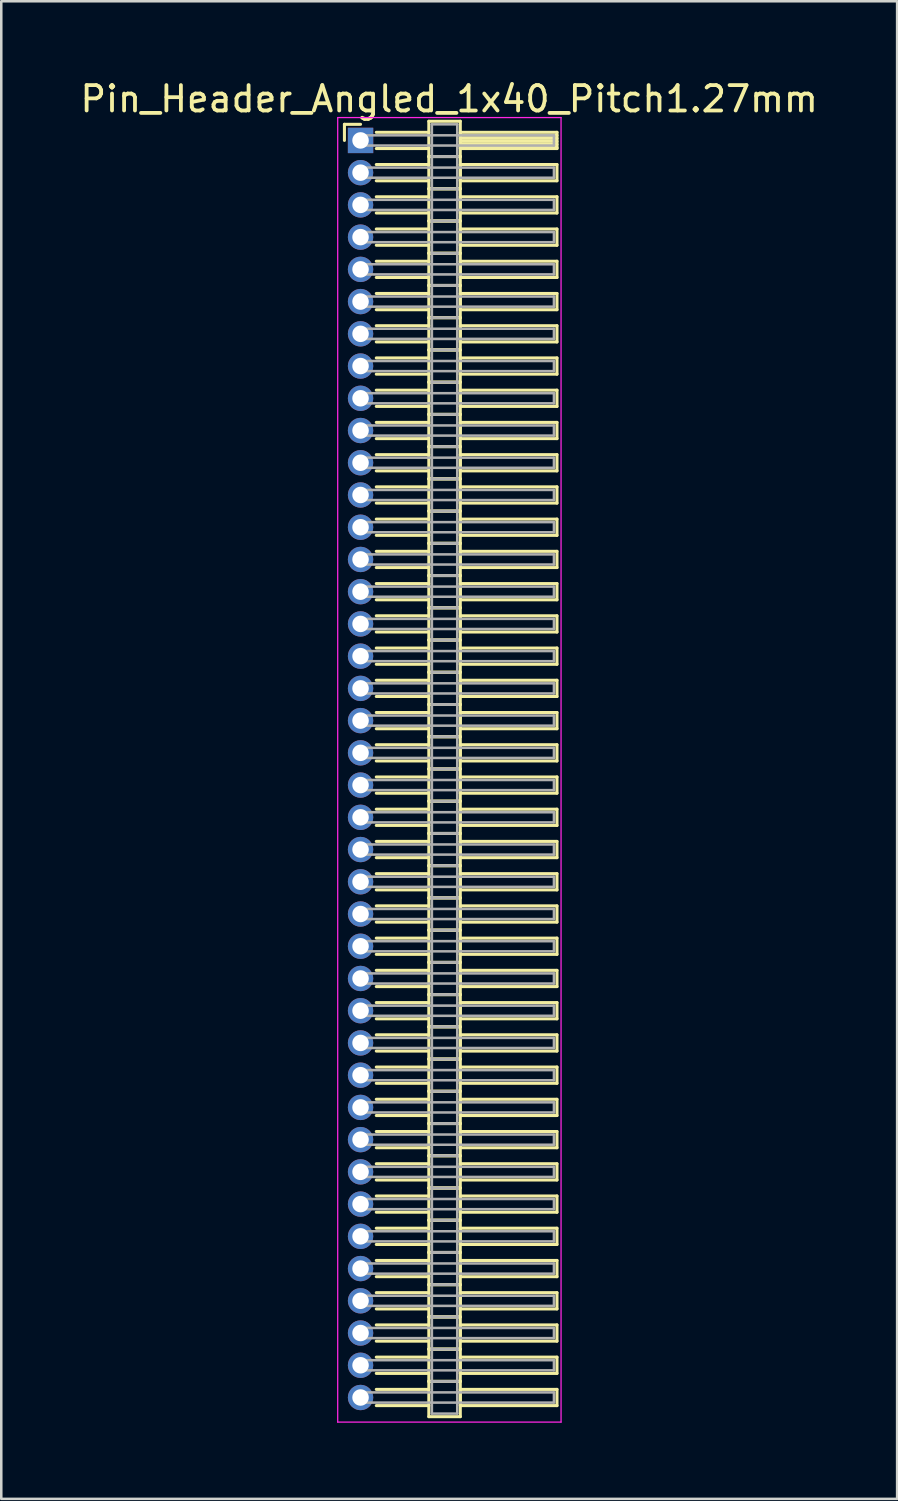
<source format=kicad_pcb>
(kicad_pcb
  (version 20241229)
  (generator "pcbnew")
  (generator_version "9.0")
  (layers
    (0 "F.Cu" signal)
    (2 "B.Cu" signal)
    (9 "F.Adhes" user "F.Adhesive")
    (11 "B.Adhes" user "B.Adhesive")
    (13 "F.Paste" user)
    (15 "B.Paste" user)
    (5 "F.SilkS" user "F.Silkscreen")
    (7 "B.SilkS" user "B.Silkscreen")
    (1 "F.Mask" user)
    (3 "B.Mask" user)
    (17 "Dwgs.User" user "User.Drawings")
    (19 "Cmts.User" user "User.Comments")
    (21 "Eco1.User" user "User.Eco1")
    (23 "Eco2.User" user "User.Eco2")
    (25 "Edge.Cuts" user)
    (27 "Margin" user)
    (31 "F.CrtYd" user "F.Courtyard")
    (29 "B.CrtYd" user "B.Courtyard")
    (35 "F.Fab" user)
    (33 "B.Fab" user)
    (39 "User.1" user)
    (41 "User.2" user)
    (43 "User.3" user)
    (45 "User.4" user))
  (footprint "Pin_Header_Angled_1x40_Pitch1.27mm"
    (layer "F.Cu")
    (at 11.156 2.483)
    (property "Reference" "Pin_Header_Angled_1x40_Pitch1.27mm" (at 3.493 -1.635 0) (layer "F.SilkS") (effects (font (size 1 1) (thickness 0.15))))
    (attr through_hole)
    (fp_line (start -0.635 -0.635) (end 0 -0.635) (stroke (width 0.12) (type solid)) (layer "F.SilkS"))
    (fp_line (start -0.635 0) (end -0.635 -0.635) (stroke (width 0.12) (type solid)) (layer "F.SilkS"))
    (fp_line (start 0.62 -0.32) (end 2.69 -0.32) (stroke (width 0.12) (type solid)) (layer "F.SilkS"))
    (fp_line (start 0.62 0.32) (end 2.69 0.32) (stroke (width 0.12) (type solid)) (layer "F.SilkS"))
    (fp_line (start 0.62 0.95) (end 2.69 0.95) (stroke (width 0.12) (type solid)) (layer "F.SilkS"))
    (fp_line (start 0.62 1.59) (end 2.69 1.59) (stroke (width 0.12) (type solid)) (layer "F.SilkS"))
    (fp_line (start 0.62 2.22) (end 2.69 2.22) (stroke (width 0.12) (type solid)) (layer "F.SilkS"))
    (fp_line (start 0.62 2.86) (end 2.69 2.86) (stroke (width 0.12) (type solid)) (layer "F.SilkS"))
    (fp_line (start 0.62 3.49) (end 2.69 3.49) (stroke (width 0.12) (type solid)) (layer "F.SilkS"))
    (fp_line (start 0.62 4.13) (end 2.69 4.13) (stroke (width 0.12) (type solid)) (layer "F.SilkS"))
    (fp_line (start 0.62 4.76) (end 2.69 4.76) (stroke (width 0.12) (type solid)) (layer "F.SilkS"))
    (fp_line (start 0.62 5.4) (end 2.69 5.4) (stroke (width 0.12) (type solid)) (layer "F.SilkS"))
    (fp_line (start 0.62 6.03) (end 2.69 6.03) (stroke (width 0.12) (type solid)) (layer "F.SilkS"))
    (fp_line (start 0.62 6.67) (end 2.69 6.67) (stroke (width 0.12) (type solid)) (layer "F.SilkS"))
    (fp_line (start 0.62 7.3) (end 2.69 7.3) (stroke (width 0.12) (type solid)) (layer "F.SilkS"))
    (fp_line (start 0.62 7.94) (end 2.69 7.94) (stroke (width 0.12) (type solid)) (layer "F.SilkS"))
    (fp_line (start 0.62 8.57) (end 2.69 8.57) (stroke (width 0.12) (type solid)) (layer "F.SilkS"))
    (fp_line (start 0.62 9.21) (end 2.69 9.21) (stroke (width 0.12) (type solid)) (layer "F.SilkS"))
    (fp_line (start 0.62 9.84) (end 2.69 9.84) (stroke (width 0.12) (type solid)) (layer "F.SilkS"))
    (fp_line (start 0.62 10.48) (end 2.69 10.48) (stroke (width 0.12) (type solid)) (layer "F.SilkS"))
    (fp_line (start 0.62 11.11) (end 2.69 11.11) (stroke (width 0.12) (type solid)) (layer "F.SilkS"))
    (fp_line (start 0.62 11.75) (end 2.69 11.75) (stroke (width 0.12) (type solid)) (layer "F.SilkS"))
    (fp_line (start 0.62 12.38) (end 2.69 12.38) (stroke (width 0.12) (type solid)) (layer "F.SilkS"))
    (fp_line (start 0.62 13.02) (end 2.69 13.02) (stroke (width 0.12) (type solid)) (layer "F.SilkS"))
    (fp_line (start 0.62 13.65) (end 2.69 13.65) (stroke (width 0.12) (type solid)) (layer "F.SilkS"))
    (fp_line (start 0.62 14.29) (end 2.69 14.29) (stroke (width 0.12) (type solid)) (layer "F.SilkS"))
    (fp_line (start 0.62 14.92) (end 2.69 14.92) (stroke (width 0.12) (type solid)) (layer "F.SilkS"))
    (fp_line (start 0.62 15.56) (end 2.69 15.56) (stroke (width 0.12) (type solid)) (layer "F.SilkS"))
    (fp_line (start 0.62 16.19) (end 2.69 16.19) (stroke (width 0.12) (type solid)) (layer "F.SilkS"))
    (fp_line (start 0.62 16.83) (end 2.69 16.83) (stroke (width 0.12) (type solid)) (layer "F.SilkS"))
    (fp_line (start 0.62 17.46) (end 2.69 17.46) (stroke (width 0.12) (type solid)) (layer "F.SilkS"))
    (fp_line (start 0.62 18.1) (end 2.69 18.1) (stroke (width 0.12) (type solid)) (layer "F.SilkS"))
    (fp_line (start 0.62 18.73) (end 2.69 18.73) (stroke (width 0.12) (type solid)) (layer "F.SilkS"))
    (fp_line (start 0.62 19.37) (end 2.69 19.37) (stroke (width 0.12) (type solid)) (layer "F.SilkS"))
    (fp_line (start 0.62 20) (end 2.69 20) (stroke (width 0.12) (type solid)) (layer "F.SilkS"))
    (fp_line (start 0.62 20.64) (end 2.69 20.64) (stroke (width 0.12) (type solid)) (layer "F.SilkS"))
    (fp_line (start 0.62 21.27) (end 2.69 21.27) (stroke (width 0.12) (type solid)) (layer "F.SilkS"))
    (fp_line (start 0.62 21.91) (end 2.69 21.91) (stroke (width 0.12) (type solid)) (layer "F.SilkS"))
    (fp_line (start 0.62 22.54) (end 2.69 22.54) (stroke (width 0.12) (type solid)) (layer "F.SilkS"))
    (fp_line (start 0.62 23.18) (end 2.69 23.18) (stroke (width 0.12) (type solid)) (layer "F.SilkS"))
    (fp_line (start 0.62 23.81) (end 2.69 23.81) (stroke (width 0.12) (type solid)) (layer "F.SilkS"))
    (fp_line (start 0.62 24.45) (end 2.69 24.45) (stroke (width 0.12) (type solid)) (layer "F.SilkS"))
    (fp_line (start 0.62 25.08) (end 2.69 25.08) (stroke (width 0.12) (type solid)) (layer "F.SilkS"))
    (fp_line (start 0.62 25.72) (end 2.69 25.72) (stroke (width 0.12) (type solid)) (layer "F.SilkS"))
    (fp_line (start 0.62 26.35) (end 2.69 26.35) (stroke (width 0.12) (type solid)) (layer "F.SilkS"))
    (fp_line (start 0.62 26.99) (end 2.69 26.99) (stroke (width 0.12) (type solid)) (layer "F.SilkS"))
    (fp_line (start 0.62 27.62) (end 2.69 27.62) (stroke (width 0.12) (type solid)) (layer "F.SilkS"))
    (fp_line (start 0.62 28.26) (end 2.69 28.26) (stroke (width 0.12) (type solid)) (layer "F.SilkS"))
    (fp_line (start 0.62 28.89) (end 2.69 28.89) (stroke (width 0.12) (type solid)) (layer "F.SilkS"))
    (fp_line (start 0.62 29.53) (end 2.69 29.53) (stroke (width 0.12) (type solid)) (layer "F.SilkS"))
    (fp_line (start 0.62 30.16) (end 2.69 30.16) (stroke (width 0.12) (type solid)) (layer "F.SilkS"))
    (fp_line (start 0.62 30.8) (end 2.69 30.8) (stroke (width 0.12) (type solid)) (layer "F.SilkS"))
    (fp_line (start 0.62 31.43) (end 2.69 31.43) (stroke (width 0.12) (type solid)) (layer "F.SilkS"))
    (fp_line (start 0.62 32.07) (end 2.69 32.07) (stroke (width 0.12) (type solid)) (layer "F.SilkS"))
    (fp_line (start 0.62 32.7) (end 2.69 32.7) (stroke (width 0.12) (type solid)) (layer "F.SilkS"))
    (fp_line (start 0.62 33.34) (end 2.69 33.34) (stroke (width 0.12) (type solid)) (layer "F.SilkS"))
    (fp_line (start 0.62 33.97) (end 2.69 33.97) (stroke (width 0.12) (type solid)) (layer "F.SilkS"))
    (fp_line (start 0.62 34.61) (end 2.69 34.61) (stroke (width 0.12) (type solid)) (layer "F.SilkS"))
    (fp_line (start 0.62 35.24) (end 2.69 35.24) (stroke (width 0.12) (type solid)) (layer "F.SilkS"))
    (fp_line (start 0.62 35.88) (end 2.69 35.88) (stroke (width 0.12) (type solid)) (layer "F.SilkS"))
    (fp_line (start 0.62 36.51) (end 2.69 36.51) (stroke (width 0.12) (type solid)) (layer "F.SilkS"))
    (fp_line (start 0.62 37.15) (end 2.69 37.15) (stroke (width 0.12) (type solid)) (layer "F.SilkS"))
    (fp_line (start 0.62 37.78) (end 2.69 37.78) (stroke (width 0.12) (type solid)) (layer "F.SilkS"))
    (fp_line (start 0.62 38.42) (end 2.69 38.42) (stroke (width 0.12) (type solid)) (layer "F.SilkS"))
    (fp_line (start 0.62 39.05) (end 2.69 39.05) (stroke (width 0.12) (type solid)) (layer "F.SilkS"))
    (fp_line (start 0.62 39.69) (end 2.69 39.69) (stroke (width 0.12) (type solid)) (layer "F.SilkS"))
    (fp_line (start 0.62 40.32) (end 2.69 40.32) (stroke (width 0.12) (type solid)) (layer "F.SilkS"))
    (fp_line (start 0.62 40.96) (end 2.69 40.96) (stroke (width 0.12) (type solid)) (layer "F.SilkS"))
    (fp_line (start 0.62 41.59) (end 2.69 41.59) (stroke (width 0.12) (type solid)) (layer "F.SilkS"))
    (fp_line (start 0.62 42.23) (end 2.69 42.23) (stroke (width 0.12) (type solid)) (layer "F.SilkS"))
    (fp_line (start 0.62 42.86) (end 2.69 42.86) (stroke (width 0.12) (type solid)) (layer "F.SilkS"))
    (fp_line (start 0.62 43.5) (end 2.69 43.5) (stroke (width 0.12) (type solid)) (layer "F.SilkS"))
    (fp_line (start 0.62 44.13) (end 2.69 44.13) (stroke (width 0.12) (type solid)) (layer "F.SilkS"))
    (fp_line (start 0.62 44.77) (end 2.69 44.77) (stroke (width 0.12) (type solid)) (layer "F.SilkS"))
    (fp_line (start 0.62 45.4) (end 2.69 45.4) (stroke (width 0.12) (type solid)) (layer "F.SilkS"))
    (fp_line (start 0.62 46.04) (end 2.69 46.04) (stroke (width 0.12) (type solid)) (layer "F.SilkS"))
    (fp_line (start 0.62 46.67) (end 2.69 46.67) (stroke (width 0.12) (type solid)) (layer "F.SilkS"))
    (fp_line (start 0.62 47.31) (end 2.69 47.31) (stroke (width 0.12) (type solid)) (layer "F.SilkS"))
    (fp_line (start 0.62 47.94) (end 2.69 47.94) (stroke (width 0.12) (type solid)) (layer "F.SilkS"))
    (fp_line (start 0.62 48.58) (end 2.69 48.58) (stroke (width 0.12) (type solid)) (layer "F.SilkS"))
    (fp_line (start 0.62 49.21) (end 2.69 49.21) (stroke (width 0.12) (type solid)) (layer "F.SilkS"))
    (fp_line (start 0.62 49.85) (end 2.69 49.85) (stroke (width 0.12) (type solid)) (layer "F.SilkS"))
    (fp_line (start 2.69 -0.755) (end 2.69 0.635) (stroke (width 0.12) (type solid)) (layer "F.SilkS"))
    (fp_line (start 2.69 0.635) (end 2.69 1.905) (stroke (width 0.12) (type solid)) (layer "F.SilkS"))
    (fp_line (start 2.69 0.635) (end 3.93 0.635) (stroke (width 0.12) (type solid)) (layer "F.SilkS"))
    (fp_line (start 2.69 1.905) (end 2.69 3.175) (stroke (width 0.12) (type solid)) (layer "F.SilkS"))
    (fp_line (start 2.69 1.905) (end 3.93 1.905) (stroke (width 0.12) (type solid)) (layer "F.SilkS"))
    (fp_line (start 2.69 3.175) (end 2.69 4.445) (stroke (width 0.12) (type solid)) (layer "F.SilkS"))
    (fp_line (start 2.69 3.175) (end 3.93 3.175) (stroke (width 0.12) (type solid)) (layer "F.SilkS"))
    (fp_line (start 2.69 4.445) (end 2.69 5.715) (stroke (width 0.12) (type solid)) (layer "F.SilkS"))
    (fp_line (start 2.69 4.445) (end 3.93 4.445) (stroke (width 0.12) (type solid)) (layer "F.SilkS"))
    (fp_line (start 2.69 5.715) (end 2.69 6.985) (stroke (width 0.12) (type solid)) (layer "F.SilkS"))
    (fp_line (start 2.69 5.715) (end 3.93 5.715) (stroke (width 0.12) (type solid)) (layer "F.SilkS"))
    (fp_line (start 2.69 6.985) (end 2.69 8.255) (stroke (width 0.12) (type solid)) (layer "F.SilkS"))
    (fp_line (start 2.69 6.985) (end 3.93 6.985) (stroke (width 0.12) (type solid)) (layer "F.SilkS"))
    (fp_line (start 2.69 8.255) (end 2.69 9.525) (stroke (width 0.12) (type solid)) (layer "F.SilkS"))
    (fp_line (start 2.69 8.255) (end 3.93 8.255) (stroke (width 0.12) (type solid)) (layer "F.SilkS"))
    (fp_line (start 2.69 9.525) (end 2.69 10.795) (stroke (width 0.12) (type solid)) (layer "F.SilkS"))
    (fp_line (start 2.69 9.525) (end 3.93 9.525) (stroke (width 0.12) (type solid)) (layer "F.SilkS"))
    (fp_line (start 2.69 10.795) (end 2.69 12.065) (stroke (width 0.12) (type solid)) (layer "F.SilkS"))
    (fp_line (start 2.69 10.795) (end 3.93 10.795) (stroke (width 0.12) (type solid)) (layer "F.SilkS"))
    (fp_line (start 2.69 12.065) (end 2.69 13.335) (stroke (width 0.12) (type solid)) (layer "F.SilkS"))
    (fp_line (start 2.69 12.065) (end 3.93 12.065) (stroke (width 0.12) (type solid)) (layer "F.SilkS"))
    (fp_line (start 2.69 13.335) (end 2.69 14.605) (stroke (width 0.12) (type solid)) (layer "F.SilkS"))
    (fp_line (start 2.69 13.335) (end 3.93 13.335) (stroke (width 0.12) (type solid)) (layer "F.SilkS"))
    (fp_line (start 2.69 14.605) (end 2.69 15.875) (stroke (width 0.12) (type solid)) (layer "F.SilkS"))
    (fp_line (start 2.69 14.605) (end 3.93 14.605) (stroke (width 0.12) (type solid)) (layer "F.SilkS"))
    (fp_line (start 2.69 15.875) (end 2.69 17.145) (stroke (width 0.12) (type solid)) (layer "F.SilkS"))
    (fp_line (start 2.69 15.875) (end 3.93 15.875) (stroke (width 0.12) (type solid)) (layer "F.SilkS"))
    (fp_line (start 2.69 17.145) (end 2.69 18.415) (stroke (width 0.12) (type solid)) (layer "F.SilkS"))
    (fp_line (start 2.69 17.145) (end 3.93 17.145) (stroke (width 0.12) (type solid)) (layer "F.SilkS"))
    (fp_line (start 2.69 18.415) (end 2.69 19.685) (stroke (width 0.12) (type solid)) (layer "F.SilkS"))
    (fp_line (start 2.69 18.415) (end 3.93 18.415) (stroke (width 0.12) (type solid)) (layer "F.SilkS"))
    (fp_line (start 2.69 19.685) (end 2.69 20.955) (stroke (width 0.12) (type solid)) (layer "F.SilkS"))
    (fp_line (start 2.69 19.685) (end 3.93 19.685) (stroke (width 0.12) (type solid)) (layer "F.SilkS"))
    (fp_line (start 2.69 20.955) (end 2.69 22.225) (stroke (width 0.12) (type solid)) (layer "F.SilkS"))
    (fp_line (start 2.69 20.955) (end 3.93 20.955) (stroke (width 0.12) (type solid)) (layer "F.SilkS"))
    (fp_line (start 2.69 22.225) (end 2.69 23.495) (stroke (width 0.12) (type solid)) (layer "F.SilkS"))
    (fp_line (start 2.69 22.225) (end 3.93 22.225) (stroke (width 0.12) (type solid)) (layer "F.SilkS"))
    (fp_line (start 2.69 23.495) (end 2.69 24.765) (stroke (width 0.12) (type solid)) (layer "F.SilkS"))
    (fp_line (start 2.69 23.495) (end 3.93 23.495) (stroke (width 0.12) (type solid)) (layer "F.SilkS"))
    (fp_line (start 2.69 24.765) (end 2.69 26.035) (stroke (width 0.12) (type solid)) (layer "F.SilkS"))
    (fp_line (start 2.69 24.765) (end 3.93 24.765) (stroke (width 0.12) (type solid)) (layer "F.SilkS"))
    (fp_line (start 2.69 26.035) (end 2.69 27.305) (stroke (width 0.12) (type solid)) (layer "F.SilkS"))
    (fp_line (start 2.69 26.035) (end 3.93 26.035) (stroke (width 0.12) (type solid)) (layer "F.SilkS"))
    (fp_line (start 2.69 27.305) (end 2.69 28.575) (stroke (width 0.12) (type solid)) (layer "F.SilkS"))
    (fp_line (start 2.69 27.305) (end 3.93 27.305) (stroke (width 0.12) (type solid)) (layer "F.SilkS"))
    (fp_line (start 2.69 28.575) (end 2.69 29.845) (stroke (width 0.12) (type solid)) (layer "F.SilkS"))
    (fp_line (start 2.69 28.575) (end 3.93 28.575) (stroke (width 0.12) (type solid)) (layer "F.SilkS"))
    (fp_line (start 2.69 29.845) (end 2.69 31.115) (stroke (width 0.12) (type solid)) (layer "F.SilkS"))
    (fp_line (start 2.69 29.845) (end 3.93 29.845) (stroke (width 0.12) (type solid)) (layer "F.SilkS"))
    (fp_line (start 2.69 31.115) (end 2.69 32.385) (stroke (width 0.12) (type solid)) (layer "F.SilkS"))
    (fp_line (start 2.69 31.115) (end 3.93 31.115) (stroke (width 0.12) (type solid)) (layer "F.SilkS"))
    (fp_line (start 2.69 32.385) (end 2.69 33.655) (stroke (width 0.12) (type solid)) (layer "F.SilkS"))
    (fp_line (start 2.69 32.385) (end 3.93 32.385) (stroke (width 0.12) (type solid)) (layer "F.SilkS"))
    (fp_line (start 2.69 33.655) (end 2.69 34.925) (stroke (width 0.12) (type solid)) (layer "F.SilkS"))
    (fp_line (start 2.69 33.655) (end 3.93 33.655) (stroke (width 0.12) (type solid)) (layer "F.SilkS"))
    (fp_line (start 2.69 34.925) (end 2.69 36.195) (stroke (width 0.12) (type solid)) (layer "F.SilkS"))
    (fp_line (start 2.69 34.925) (end 3.93 34.925) (stroke (width 0.12) (type solid)) (layer "F.SilkS"))
    (fp_line (start 2.69 36.195) (end 2.69 37.465) (stroke (width 0.12) (type solid)) (layer "F.SilkS"))
    (fp_line (start 2.69 36.195) (end 3.93 36.195) (stroke (width 0.12) (type solid)) (layer "F.SilkS"))
    (fp_line (start 2.69 37.465) (end 2.69 38.735) (stroke (width 0.12) (type solid)) (layer "F.SilkS"))
    (fp_line (start 2.69 37.465) (end 3.93 37.465) (stroke (width 0.12) (type solid)) (layer "F.SilkS"))
    (fp_line (start 2.69 38.735) (end 2.69 40.005) (stroke (width 0.12) (type solid)) (layer "F.SilkS"))
    (fp_line (start 2.69 38.735) (end 3.93 38.735) (stroke (width 0.12) (type solid)) (layer "F.SilkS"))
    (fp_line (start 2.69 40.005) (end 2.69 41.275) (stroke (width 0.12) (type solid)) (layer "F.SilkS"))
    (fp_line (start 2.69 40.005) (end 3.93 40.005) (stroke (width 0.12) (type solid)) (layer "F.SilkS"))
    (fp_line (start 2.69 41.275) (end 2.69 42.545) (stroke (width 0.12) (type solid)) (layer "F.SilkS"))
    (fp_line (start 2.69 41.275) (end 3.93 41.275) (stroke (width 0.12) (type solid)) (layer "F.SilkS"))
    (fp_line (start 2.69 42.545) (end 2.69 43.815) (stroke (width 0.12) (type solid)) (layer "F.SilkS"))
    (fp_line (start 2.69 42.545) (end 3.93 42.545) (stroke (width 0.12) (type solid)) (layer "F.SilkS"))
    (fp_line (start 2.69 43.815) (end 2.69 45.085) (stroke (width 0.12) (type solid)) (layer "F.SilkS"))
    (fp_line (start 2.69 43.815) (end 3.93 43.815) (stroke (width 0.12) (type solid)) (layer "F.SilkS"))
    (fp_line (start 2.69 45.085) (end 2.69 46.355) (stroke (width 0.12) (type solid)) (layer "F.SilkS"))
    (fp_line (start 2.69 45.085) (end 3.93 45.085) (stroke (width 0.12) (type solid)) (layer "F.SilkS"))
    (fp_line (start 2.69 46.355) (end 2.69 47.625) (stroke (width 0.12) (type solid)) (layer "F.SilkS"))
    (fp_line (start 2.69 46.355) (end 3.93 46.355) (stroke (width 0.12) (type solid)) (layer "F.SilkS"))
    (fp_line (start 2.69 47.625) (end 2.69 48.895) (stroke (width 0.12) (type solid)) (layer "F.SilkS"))
    (fp_line (start 2.69 47.625) (end 3.93 47.625) (stroke (width 0.12) (type solid)) (layer "F.SilkS"))
    (fp_line (start 2.69 48.895) (end 2.69 50.285) (stroke (width 0.12) (type solid)) (layer "F.SilkS"))
    (fp_line (start 2.69 48.895) (end 3.93 48.895) (stroke (width 0.12) (type solid)) (layer "F.SilkS"))
    (fp_line (start 2.69 50.285) (end 3.93 50.285) (stroke (width 0.12) (type solid)) (layer "F.SilkS"))
    (fp_line (start 3.93 -0.755) (end 2.69 -0.755) (stroke (width 0.12) (type solid)) (layer "F.SilkS"))
    (fp_line (start 3.93 -0.32) (end 3.93 0.32) (stroke (width 0.12) (type solid)) (layer "F.SilkS"))
    (fp_line (start 3.93 -0.2) (end 7.74 -0.2) (stroke (width 0.12) (type solid)) (layer "F.SilkS"))
    (fp_line (start 3.93 -0.08) (end 7.74 -0.08) (stroke (width 0.12) (type solid)) (layer "F.SilkS"))
    (fp_line (start 3.93 0.04) (end 7.74 0.04) (stroke (width 0.12) (type solid)) (layer "F.SilkS"))
    (fp_line (start 3.93 0.16) (end 7.74 0.16) (stroke (width 0.12) (type solid)) (layer "F.SilkS"))
    (fp_line (start 3.93 0.28) (end 7.74 0.28) (stroke (width 0.12) (type solid)) (layer "F.SilkS"))
    (fp_line (start 3.93 0.32) (end 7.74 0.32) (stroke (width 0.12) (type solid)) (layer "F.SilkS"))
    (fp_line (start 3.93 0.635) (end 2.69 0.635) (stroke (width 0.12) (type solid)) (layer "F.SilkS"))
    (fp_line (start 3.93 0.635) (end 3.93 -0.755) (stroke (width 0.12) (type solid)) (layer "F.SilkS"))
    (fp_line (start 3.93 0.95) (end 3.93 1.59) (stroke (width 0.12) (type solid)) (layer "F.SilkS"))
    (fp_line (start 3.93 1.59) (end 7.74 1.59) (stroke (width 0.12) (type solid)) (layer "F.SilkS"))
    (fp_line (start 3.93 1.905) (end 2.69 1.905) (stroke (width 0.12) (type solid)) (layer "F.SilkS"))
    (fp_line (start 3.93 1.905) (end 3.93 0.635) (stroke (width 0.12) (type solid)) (layer "F.SilkS"))
    (fp_line (start 3.93 2.22) (end 3.93 2.86) (stroke (width 0.12) (type solid)) (layer "F.SilkS"))
    (fp_line (start 3.93 2.86) (end 7.74 2.86) (stroke (width 0.12) (type solid)) (layer "F.SilkS"))
    (fp_line (start 3.93 3.175) (end 2.69 3.175) (stroke (width 0.12) (type solid)) (layer "F.SilkS"))
    (fp_line (start 3.93 3.175) (end 3.93 1.905) (stroke (width 0.12) (type solid)) (layer "F.SilkS"))
    (fp_line (start 3.93 3.49) (end 3.93 4.13) (stroke (width 0.12) (type solid)) (layer "F.SilkS"))
    (fp_line (start 3.93 4.13) (end 7.74 4.13) (stroke (width 0.12) (type solid)) (layer "F.SilkS"))
    (fp_line (start 3.93 4.445) (end 2.69 4.445) (stroke (width 0.12) (type solid)) (layer "F.SilkS"))
    (fp_line (start 3.93 4.445) (end 3.93 3.175) (stroke (width 0.12) (type solid)) (layer "F.SilkS"))
    (fp_line (start 3.93 4.76) (end 3.93 5.4) (stroke (width 0.12) (type solid)) (layer "F.SilkS"))
    (fp_line (start 3.93 5.4) (end 7.74 5.4) (stroke (width 0.12) (type solid)) (layer "F.SilkS"))
    (fp_line (start 3.93 5.715) (end 2.69 5.715) (stroke (width 0.12) (type solid)) (layer "F.SilkS"))
    (fp_line (start 3.93 5.715) (end 3.93 4.445) (stroke (width 0.12) (type solid)) (layer "F.SilkS"))
    (fp_line (start 3.93 6.03) (end 3.93 6.67) (stroke (width 0.12) (type solid)) (layer "F.SilkS"))
    (fp_line (start 3.93 6.67) (end 7.74 6.67) (stroke (width 0.12) (type solid)) (layer "F.SilkS"))
    (fp_line (start 3.93 6.985) (end 2.69 6.985) (stroke (width 0.12) (type solid)) (layer "F.SilkS"))
    (fp_line (start 3.93 6.985) (end 3.93 5.715) (stroke (width 0.12) (type solid)) (layer "F.SilkS"))
    (fp_line (start 3.93 7.3) (end 3.93 7.94) (stroke (width 0.12) (type solid)) (layer "F.SilkS"))
    (fp_line (start 3.93 7.94) (end 7.74 7.94) (stroke (width 0.12) (type solid)) (layer "F.SilkS"))
    (fp_line (start 3.93 8.255) (end 2.69 8.255) (stroke (width 0.12) (type solid)) (layer "F.SilkS"))
    (fp_line (start 3.93 8.255) (end 3.93 6.985) (stroke (width 0.12) (type solid)) (layer "F.SilkS"))
    (fp_line (start 3.93 8.57) (end 3.93 9.21) (stroke (width 0.12) (type solid)) (layer "F.SilkS"))
    (fp_line (start 3.93 9.21) (end 7.74 9.21) (stroke (width 0.12) (type solid)) (layer "F.SilkS"))
    (fp_line (start 3.93 9.525) (end 2.69 9.525) (stroke (width 0.12) (type solid)) (layer "F.SilkS"))
    (fp_line (start 3.93 9.525) (end 3.93 8.255) (stroke (width 0.12) (type solid)) (layer "F.SilkS"))
    (fp_line (start 3.93 9.84) (end 3.93 10.48) (stroke (width 0.12) (type solid)) (layer "F.SilkS"))
    (fp_line (start 3.93 10.48) (end 7.74 10.48) (stroke (width 0.12) (type solid)) (layer "F.SilkS"))
    (fp_line (start 3.93 10.795) (end 2.69 10.795) (stroke (width 0.12) (type solid)) (layer "F.SilkS"))
    (fp_line (start 3.93 10.795) (end 3.93 9.525) (stroke (width 0.12) (type solid)) (layer "F.SilkS"))
    (fp_line (start 3.93 11.11) (end 3.93 11.75) (stroke (width 0.12) (type solid)) (layer "F.SilkS"))
    (fp_line (start 3.93 11.75) (end 7.74 11.75) (stroke (width 0.12) (type solid)) (layer "F.SilkS"))
    (fp_line (start 3.93 12.065) (end 2.69 12.065) (stroke (width 0.12) (type solid)) (layer "F.SilkS"))
    (fp_line (start 3.93 12.065) (end 3.93 10.795) (stroke (width 0.12) (type solid)) (layer "F.SilkS"))
    (fp_line (start 3.93 12.38) (end 3.93 13.02) (stroke (width 0.12) (type solid)) (layer "F.SilkS"))
    (fp_line (start 3.93 13.02) (end 7.74 13.02) (stroke (width 0.12) (type solid)) (layer "F.SilkS"))
    (fp_line (start 3.93 13.335) (end 2.69 13.335) (stroke (width 0.12) (type solid)) (layer "F.SilkS"))
    (fp_line (start 3.93 13.335) (end 3.93 12.065) (stroke (width 0.12) (type solid)) (layer "F.SilkS"))
    (fp_line (start 3.93 13.65) (end 3.93 14.29) (stroke (width 0.12) (type solid)) (layer "F.SilkS"))
    (fp_line (start 3.93 14.29) (end 7.74 14.29) (stroke (width 0.12) (type solid)) (layer "F.SilkS"))
    (fp_line (start 3.93 14.605) (end 2.69 14.605) (stroke (width 0.12) (type solid)) (layer "F.SilkS"))
    (fp_line (start 3.93 14.605) (end 3.93 13.335) (stroke (width 0.12) (type solid)) (layer "F.SilkS"))
    (fp_line (start 3.93 14.92) (end 3.93 15.56) (stroke (width 0.12) (type solid)) (layer "F.SilkS"))
    (fp_line (start 3.93 15.56) (end 7.74 15.56) (stroke (width 0.12) (type solid)) (layer "F.SilkS"))
    (fp_line (start 3.93 15.875) (end 2.69 15.875) (stroke (width 0.12) (type solid)) (layer "F.SilkS"))
    (fp_line (start 3.93 15.875) (end 3.93 14.605) (stroke (width 0.12) (type solid)) (layer "F.SilkS"))
    (fp_line (start 3.93 16.19) (end 3.93 16.83) (stroke (width 0.12) (type solid)) (layer "F.SilkS"))
    (fp_line (start 3.93 16.83) (end 7.74 16.83) (stroke (width 0.12) (type solid)) (layer "F.SilkS"))
    (fp_line (start 3.93 17.145) (end 2.69 17.145) (stroke (width 0.12) (type solid)) (layer "F.SilkS"))
    (fp_line (start 3.93 17.145) (end 3.93 15.875) (stroke (width 0.12) (type solid)) (layer "F.SilkS"))
    (fp_line (start 3.93 17.46) (end 3.93 18.1) (stroke (width 0.12) (type solid)) (layer "F.SilkS"))
    (fp_line (start 3.93 18.1) (end 7.74 18.1) (stroke (width 0.12) (type solid)) (layer "F.SilkS"))
    (fp_line (start 3.93 18.415) (end 2.69 18.415) (stroke (width 0.12) (type solid)) (layer "F.SilkS"))
    (fp_line (start 3.93 18.415) (end 3.93 17.145) (stroke (width 0.12) (type solid)) (layer "F.SilkS"))
    (fp_line (start 3.93 18.73) (end 3.93 19.37) (stroke (width 0.12) (type solid)) (layer "F.SilkS"))
    (fp_line (start 3.93 19.37) (end 7.74 19.37) (stroke (width 0.12) (type solid)) (layer "F.SilkS"))
    (fp_line (start 3.93 19.685) (end 2.69 19.685) (stroke (width 0.12) (type solid)) (layer "F.SilkS"))
    (fp_line (start 3.93 19.685) (end 3.93 18.415) (stroke (width 0.12) (type solid)) (layer "F.SilkS"))
    (fp_line (start 3.93 20) (end 3.93 20.64) (stroke (width 0.12) (type solid)) (layer "F.SilkS"))
    (fp_line (start 3.93 20.64) (end 7.74 20.64) (stroke (width 0.12) (type solid)) (layer "F.SilkS"))
    (fp_line (start 3.93 20.955) (end 2.69 20.955) (stroke (width 0.12) (type solid)) (layer "F.SilkS"))
    (fp_line (start 3.93 20.955) (end 3.93 19.685) (stroke (width 0.12) (type solid)) (layer "F.SilkS"))
    (fp_line (start 3.93 21.27) (end 3.93 21.91) (stroke (width 0.12) (type solid)) (layer "F.SilkS"))
    (fp_line (start 3.93 21.91) (end 7.74 21.91) (stroke (width 0.12) (type solid)) (layer "F.SilkS"))
    (fp_line (start 3.93 22.225) (end 2.69 22.225) (stroke (width 0.12) (type solid)) (layer "F.SilkS"))
    (fp_line (start 3.93 22.225) (end 3.93 20.955) (stroke (width 0.12) (type solid)) (layer "F.SilkS"))
    (fp_line (start 3.93 22.54) (end 3.93 23.18) (stroke (width 0.12) (type solid)) (layer "F.SilkS"))
    (fp_line (start 3.93 23.18) (end 7.74 23.18) (stroke (width 0.12) (type solid)) (layer "F.SilkS"))
    (fp_line (start 3.93 23.495) (end 2.69 23.495) (stroke (width 0.12) (type solid)) (layer "F.SilkS"))
    (fp_line (start 3.93 23.495) (end 3.93 22.225) (stroke (width 0.12) (type solid)) (layer "F.SilkS"))
    (fp_line (start 3.93 23.81) (end 3.93 24.45) (stroke (width 0.12) (type solid)) (layer "F.SilkS"))
    (fp_line (start 3.93 24.45) (end 7.74 24.45) (stroke (width 0.12) (type solid)) (layer "F.SilkS"))
    (fp_line (start 3.93 24.765) (end 2.69 24.765) (stroke (width 0.12) (type solid)) (layer "F.SilkS"))
    (fp_line (start 3.93 24.765) (end 3.93 23.495) (stroke (width 0.12) (type solid)) (layer "F.SilkS"))
    (fp_line (start 3.93 25.08) (end 3.93 25.72) (stroke (width 0.12) (type solid)) (layer "F.SilkS"))
    (fp_line (start 3.93 25.72) (end 7.74 25.72) (stroke (width 0.12) (type solid)) (layer "F.SilkS"))
    (fp_line (start 3.93 26.035) (end 2.69 26.035) (stroke (width 0.12) (type solid)) (layer "F.SilkS"))
    (fp_line (start 3.93 26.035) (end 3.93 24.765) (stroke (width 0.12) (type solid)) (layer "F.SilkS"))
    (fp_line (start 3.93 26.35) (end 3.93 26.99) (stroke (width 0.12) (type solid)) (layer "F.SilkS"))
    (fp_line (start 3.93 26.99) (end 7.74 26.99) (stroke (width 0.12) (type solid)) (layer "F.SilkS"))
    (fp_line (start 3.93 27.305) (end 2.69 27.305) (stroke (width 0.12) (type solid)) (layer "F.SilkS"))
    (fp_line (start 3.93 27.305) (end 3.93 26.035) (stroke (width 0.12) (type solid)) (layer "F.SilkS"))
    (fp_line (start 3.93 27.62) (end 3.93 28.26) (stroke (width 0.12) (type solid)) (layer "F.SilkS"))
    (fp_line (start 3.93 28.26) (end 7.74 28.26) (stroke (width 0.12) (type solid)) (layer "F.SilkS"))
    (fp_line (start 3.93 28.575) (end 2.69 28.575) (stroke (width 0.12) (type solid)) (layer "F.SilkS"))
    (fp_line (start 3.93 28.575) (end 3.93 27.305) (stroke (width 0.12) (type solid)) (layer "F.SilkS"))
    (fp_line (start 3.93 28.89) (end 3.93 29.53) (stroke (width 0.12) (type solid)) (layer "F.SilkS"))
    (fp_line (start 3.93 29.53) (end 7.74 29.53) (stroke (width 0.12) (type solid)) (layer "F.SilkS"))
    (fp_line (start 3.93 29.845) (end 2.69 29.845) (stroke (width 0.12) (type solid)) (layer "F.SilkS"))
    (fp_line (start 3.93 29.845) (end 3.93 28.575) (stroke (width 0.12) (type solid)) (layer "F.SilkS"))
    (fp_line (start 3.93 30.16) (end 3.93 30.8) (stroke (width 0.12) (type solid)) (layer "F.SilkS"))
    (fp_line (start 3.93 30.8) (end 7.74 30.8) (stroke (width 0.12) (type solid)) (layer "F.SilkS"))
    (fp_line (start 3.93 31.115) (end 2.69 31.115) (stroke (width 0.12) (type solid)) (layer "F.SilkS"))
    (fp_line (start 3.93 31.115) (end 3.93 29.845) (stroke (width 0.12) (type solid)) (layer "F.SilkS"))
    (fp_line (start 3.93 31.43) (end 3.93 32.07) (stroke (width 0.12) (type solid)) (layer "F.SilkS"))
    (fp_line (start 3.93 32.07) (end 7.74 32.07) (stroke (width 0.12) (type solid)) (layer "F.SilkS"))
    (fp_line (start 3.93 32.385) (end 2.69 32.385) (stroke (width 0.12) (type solid)) (layer "F.SilkS"))
    (fp_line (start 3.93 32.385) (end 3.93 31.115) (stroke (width 0.12) (type solid)) (layer "F.SilkS"))
    (fp_line (start 3.93 32.7) (end 3.93 33.34) (stroke (width 0.12) (type solid)) (layer "F.SilkS"))
    (fp_line (start 3.93 33.34) (end 7.74 33.34) (stroke (width 0.12) (type solid)) (layer "F.SilkS"))
    (fp_line (start 3.93 33.655) (end 2.69 33.655) (stroke (width 0.12) (type solid)) (layer "F.SilkS"))
    (fp_line (start 3.93 33.655) (end 3.93 32.385) (stroke (width 0.12) (type solid)) (layer "F.SilkS"))
    (fp_line (start 3.93 33.97) (end 3.93 34.61) (stroke (width 0.12) (type solid)) (layer "F.SilkS"))
    (fp_line (start 3.93 34.61) (end 7.74 34.61) (stroke (width 0.12) (type solid)) (layer "F.SilkS"))
    (fp_line (start 3.93 34.925) (end 2.69 34.925) (stroke (width 0.12) (type solid)) (layer "F.SilkS"))
    (fp_line (start 3.93 34.925) (end 3.93 33.655) (stroke (width 0.12) (type solid)) (layer "F.SilkS"))
    (fp_line (start 3.93 35.24) (end 3.93 35.88) (stroke (width 0.12) (type solid)) (layer "F.SilkS"))
    (fp_line (start 3.93 35.88) (end 7.74 35.88) (stroke (width 0.12) (type solid)) (layer "F.SilkS"))
    (fp_line (start 3.93 36.195) (end 2.69 36.195) (stroke (width 0.12) (type solid)) (layer "F.SilkS"))
    (fp_line (start 3.93 36.195) (end 3.93 34.925) (stroke (width 0.12) (type solid)) (layer "F.SilkS"))
    (fp_line (start 3.93 36.51) (end 3.93 37.15) (stroke (width 0.12) (type solid)) (layer "F.SilkS"))
    (fp_line (start 3.93 37.15) (end 7.74 37.15) (stroke (width 0.12) (type solid)) (layer "F.SilkS"))
    (fp_line (start 3.93 37.465) (end 2.69 37.465) (stroke (width 0.12) (type solid)) (layer "F.SilkS"))
    (fp_line (start 3.93 37.465) (end 3.93 36.195) (stroke (width 0.12) (type solid)) (layer "F.SilkS"))
    (fp_line (start 3.93 37.78) (end 3.93 38.42) (stroke (width 0.12) (type solid)) (layer "F.SilkS"))
    (fp_line (start 3.93 38.42) (end 7.74 38.42) (stroke (width 0.12) (type solid)) (layer "F.SilkS"))
    (fp_line (start 3.93 38.735) (end 2.69 38.735) (stroke (width 0.12) (type solid)) (layer "F.SilkS"))
    (fp_line (start 3.93 38.735) (end 3.93 37.465) (stroke (width 0.12) (type solid)) (layer "F.SilkS"))
    (fp_line (start 3.93 39.05) (end 3.93 39.69) (stroke (width 0.12) (type solid)) (layer "F.SilkS"))
    (fp_line (start 3.93 39.69) (end 7.74 39.69) (stroke (width 0.12) (type solid)) (layer "F.SilkS"))
    (fp_line (start 3.93 40.005) (end 2.69 40.005) (stroke (width 0.12) (type solid)) (layer "F.SilkS"))
    (fp_line (start 3.93 40.005) (end 3.93 38.735) (stroke (width 0.12) (type solid)) (layer "F.SilkS"))
    (fp_line (start 3.93 40.32) (end 3.93 40.96) (stroke (width 0.12) (type solid)) (layer "F.SilkS"))
    (fp_line (start 3.93 40.96) (end 7.74 40.96) (stroke (width 0.12) (type solid)) (layer "F.SilkS"))
    (fp_line (start 3.93 41.275) (end 2.69 41.275) (stroke (width 0.12) (type solid)) (layer "F.SilkS"))
    (fp_line (start 3.93 41.275) (end 3.93 40.005) (stroke (width 0.12) (type solid)) (layer "F.SilkS"))
    (fp_line (start 3.93 41.59) (end 3.93 42.23) (stroke (width 0.12) (type solid)) (layer "F.SilkS"))
    (fp_line (start 3.93 42.23) (end 7.74 42.23) (stroke (width 0.12) (type solid)) (layer "F.SilkS"))
    (fp_line (start 3.93 42.545) (end 2.69 42.545) (stroke (width 0.12) (type solid)) (layer "F.SilkS"))
    (fp_line (start 3.93 42.545) (end 3.93 41.275) (stroke (width 0.12) (type solid)) (layer "F.SilkS"))
    (fp_line (start 3.93 42.86) (end 3.93 43.5) (stroke (width 0.12) (type solid)) (layer "F.SilkS"))
    (fp_line (start 3.93 43.5) (end 7.74 43.5) (stroke (width 0.12) (type solid)) (layer "F.SilkS"))
    (fp_line (start 3.93 43.815) (end 2.69 43.815) (stroke (width 0.12) (type solid)) (layer "F.SilkS"))
    (fp_line (start 3.93 43.815) (end 3.93 42.545) (stroke (width 0.12) (type solid)) (layer "F.SilkS"))
    (fp_line (start 3.93 44.13) (end 3.93 44.77) (stroke (width 0.12) (type solid)) (layer "F.SilkS"))
    (fp_line (start 3.93 44.77) (end 7.74 44.77) (stroke (width 0.12) (type solid)) (layer "F.SilkS"))
    (fp_line (start 3.93 45.085) (end 2.69 45.085) (stroke (width 0.12) (type solid)) (layer "F.SilkS"))
    (fp_line (start 3.93 45.085) (end 3.93 43.815) (stroke (width 0.12) (type solid)) (layer "F.SilkS"))
    (fp_line (start 3.93 45.4) (end 3.93 46.04) (stroke (width 0.12) (type solid)) (layer "F.SilkS"))
    (fp_line (start 3.93 46.04) (end 7.74 46.04) (stroke (width 0.12) (type solid)) (layer "F.SilkS"))
    (fp_line (start 3.93 46.355) (end 2.69 46.355) (stroke (width 0.12) (type solid)) (layer "F.SilkS"))
    (fp_line (start 3.93 46.355) (end 3.93 45.085) (stroke (width 0.12) (type solid)) (layer "F.SilkS"))
    (fp_line (start 3.93 46.67) (end 3.93 47.31) (stroke (width 0.12) (type solid)) (layer "F.SilkS"))
    (fp_line (start 3.93 47.31) (end 7.74 47.31) (stroke (width 0.12) (type solid)) (layer "F.SilkS"))
    (fp_line (start 3.93 47.625) (end 2.69 47.625) (stroke (width 0.12) (type solid)) (layer "F.SilkS"))
    (fp_line (start 3.93 47.625) (end 3.93 46.355) (stroke (width 0.12) (type solid)) (layer "F.SilkS"))
    (fp_line (start 3.93 47.94) (end 3.93 48.58) (stroke (width 0.12) (type solid)) (layer "F.SilkS"))
    (fp_line (start 3.93 48.58) (end 7.74 48.58) (stroke (width 0.12) (type solid)) (layer "F.SilkS"))
    (fp_line (start 3.93 48.895) (end 2.69 48.895) (stroke (width 0.12) (type solid)) (layer "F.SilkS"))
    (fp_line (start 3.93 48.895) (end 3.93 47.625) (stroke (width 0.12) (type solid)) (layer "F.SilkS"))
    (fp_line (start 3.93 49.21) (end 3.93 49.85) (stroke (width 0.12) (type solid)) (layer "F.SilkS"))
    (fp_line (start 3.93 49.85) (end 7.74 49.85) (stroke (width 0.12) (type solid)) (layer "F.SilkS"))
    (fp_line (start 3.93 50.285) (end 3.93 48.895) (stroke (width 0.12) (type solid)) (layer "F.SilkS"))
    (fp_line (start 7.74 -0.32) (end 3.93 -0.32) (stroke (width 0.12) (type solid)) (layer "F.SilkS"))
    (fp_line (start 7.74 0.32) (end 7.74 -0.32) (stroke (width 0.12) (type solid)) (layer "F.SilkS"))
    (fp_line (start 7.74 0.95) (end 3.93 0.95) (stroke (width 0.12) (type solid)) (layer "F.SilkS"))
    (fp_line (start 7.74 1.59) (end 7.74 0.95) (stroke (width 0.12) (type solid)) (layer "F.SilkS"))
    (fp_line (start 7.74 2.22) (end 3.93 2.22) (stroke (width 0.12) (type solid)) (layer "F.SilkS"))
    (fp_line (start 7.74 2.86) (end 7.74 2.22) (stroke (width 0.12) (type solid)) (layer "F.SilkS"))
    (fp_line (start 7.74 3.49) (end 3.93 3.49) (stroke (width 0.12) (type solid)) (layer "F.SilkS"))
    (fp_line (start 7.74 4.13) (end 7.74 3.49) (stroke (width 0.12) (type solid)) (layer "F.SilkS"))
    (fp_line (start 7.74 4.76) (end 3.93 4.76) (stroke (width 0.12) (type solid)) (layer "F.SilkS"))
    (fp_line (start 7.74 5.4) (end 7.74 4.76) (stroke (width 0.12) (type solid)) (layer "F.SilkS"))
    (fp_line (start 7.74 6.03) (end 3.93 6.03) (stroke (width 0.12) (type solid)) (layer "F.SilkS"))
    (fp_line (start 7.74 6.67) (end 7.74 6.03) (stroke (width 0.12) (type solid)) (layer "F.SilkS"))
    (fp_line (start 7.74 7.3) (end 3.93 7.3) (stroke (width 0.12) (type solid)) (layer "F.SilkS"))
    (fp_line (start 7.74 7.94) (end 7.74 7.3) (stroke (width 0.12) (type solid)) (layer "F.SilkS"))
    (fp_line (start 7.74 8.57) (end 3.93 8.57) (stroke (width 0.12) (type solid)) (layer "F.SilkS"))
    (fp_line (start 7.74 9.21) (end 7.74 8.57) (stroke (width 0.12) (type solid)) (layer "F.SilkS"))
    (fp_line (start 7.74 9.84) (end 3.93 9.84) (stroke (width 0.12) (type solid)) (layer "F.SilkS"))
    (fp_line (start 7.74 10.48) (end 7.74 9.84) (stroke (width 0.12) (type solid)) (layer "F.SilkS"))
    (fp_line (start 7.74 11.11) (end 3.93 11.11) (stroke (width 0.12) (type solid)) (layer "F.SilkS"))
    (fp_line (start 7.74 11.75) (end 7.74 11.11) (stroke (width 0.12) (type solid)) (layer "F.SilkS"))
    (fp_line (start 7.74 12.38) (end 3.93 12.38) (stroke (width 0.12) (type solid)) (layer "F.SilkS"))
    (fp_line (start 7.74 13.02) (end 7.74 12.38) (stroke (width 0.12) (type solid)) (layer "F.SilkS"))
    (fp_line (start 7.74 13.65) (end 3.93 13.65) (stroke (width 0.12) (type solid)) (layer "F.SilkS"))
    (fp_line (start 7.74 14.29) (end 7.74 13.65) (stroke (width 0.12) (type solid)) (layer "F.SilkS"))
    (fp_line (start 7.74 14.92) (end 3.93 14.92) (stroke (width 0.12) (type solid)) (layer "F.SilkS"))
    (fp_line (start 7.74 15.56) (end 7.74 14.92) (stroke (width 0.12) (type solid)) (layer "F.SilkS"))
    (fp_line (start 7.74 16.19) (end 3.93 16.19) (stroke (width 0.12) (type solid)) (layer "F.SilkS"))
    (fp_line (start 7.74 16.83) (end 7.74 16.19) (stroke (width 0.12) (type solid)) (layer "F.SilkS"))
    (fp_line (start 7.74 17.46) (end 3.93 17.46) (stroke (width 0.12) (type solid)) (layer "F.SilkS"))
    (fp_line (start 7.74 18.1) (end 7.74 17.46) (stroke (width 0.12) (type solid)) (layer "F.SilkS"))
    (fp_line (start 7.74 18.73) (end 3.93 18.73) (stroke (width 0.12) (type solid)) (layer "F.SilkS"))
    (fp_line (start 7.74 19.37) (end 7.74 18.73) (stroke (width 0.12) (type solid)) (layer "F.SilkS"))
    (fp_line (start 7.74 20) (end 3.93 20) (stroke (width 0.12) (type solid)) (layer "F.SilkS"))
    (fp_line (start 7.74 20.64) (end 7.74 20) (stroke (width 0.12) (type solid)) (layer "F.SilkS"))
    (fp_line (start 7.74 21.27) (end 3.93 21.27) (stroke (width 0.12) (type solid)) (layer "F.SilkS"))
    (fp_line (start 7.74 21.91) (end 7.74 21.27) (stroke (width 0.12) (type solid)) (layer "F.SilkS"))
    (fp_line (start 7.74 22.54) (end 3.93 22.54) (stroke (width 0.12) (type solid)) (layer "F.SilkS"))
    (fp_line (start 7.74 23.18) (end 7.74 22.54) (stroke (width 0.12) (type solid)) (layer "F.SilkS"))
    (fp_line (start 7.74 23.81) (end 3.93 23.81) (stroke (width 0.12) (type solid)) (layer "F.SilkS"))
    (fp_line (start 7.74 24.45) (end 7.74 23.81) (stroke (width 0.12) (type solid)) (layer "F.SilkS"))
    (fp_line (start 7.74 25.08) (end 3.93 25.08) (stroke (width 0.12) (type solid)) (layer "F.SilkS"))
    (fp_line (start 7.74 25.72) (end 7.74 25.08) (stroke (width 0.12) (type solid)) (layer "F.SilkS"))
    (fp_line (start 7.74 26.35) (end 3.93 26.35) (stroke (width 0.12) (type solid)) (layer "F.SilkS"))
    (fp_line (start 7.74 26.99) (end 7.74 26.35) (stroke (width 0.12) (type solid)) (layer "F.SilkS"))
    (fp_line (start 7.74 27.62) (end 3.93 27.62) (stroke (width 0.12) (type solid)) (layer "F.SilkS"))
    (fp_line (start 7.74 28.26) (end 7.74 27.62) (stroke (width 0.12) (type solid)) (layer "F.SilkS"))
    (fp_line (start 7.74 28.89) (end 3.93 28.89) (stroke (width 0.12) (type solid)) (layer "F.SilkS"))
    (fp_line (start 7.74 29.53) (end 7.74 28.89) (stroke (width 0.12) (type solid)) (layer "F.SilkS"))
    (fp_line (start 7.74 30.16) (end 3.93 30.16) (stroke (width 0.12) (type solid)) (layer "F.SilkS"))
    (fp_line (start 7.74 30.8) (end 7.74 30.16) (stroke (width 0.12) (type solid)) (layer "F.SilkS"))
    (fp_line (start 7.74 31.43) (end 3.93 31.43) (stroke (width 0.12) (type solid)) (layer "F.SilkS"))
    (fp_line (start 7.74 32.07) (end 7.74 31.43) (stroke (width 0.12) (type solid)) (layer "F.SilkS"))
    (fp_line (start 7.74 32.7) (end 3.93 32.7) (stroke (width 0.12) (type solid)) (layer "F.SilkS"))
    (fp_line (start 7.74 33.34) (end 7.74 32.7) (stroke (width 0.12) (type solid)) (layer "F.SilkS"))
    (fp_line (start 7.74 33.97) (end 3.93 33.97) (stroke (width 0.12) (type solid)) (layer "F.SilkS"))
    (fp_line (start 7.74 34.61) (end 7.74 33.97) (stroke (width 0.12) (type solid)) (layer "F.SilkS"))
    (fp_line (start 7.74 35.24) (end 3.93 35.24) (stroke (width 0.12) (type solid)) (layer "F.SilkS"))
    (fp_line (start 7.74 35.88) (end 7.74 35.24) (stroke (width 0.12) (type solid)) (layer "F.SilkS"))
    (fp_line (start 7.74 36.51) (end 3.93 36.51) (stroke (width 0.12) (type solid)) (layer "F.SilkS"))
    (fp_line (start 7.74 37.15) (end 7.74 36.51) (stroke (width 0.12) (type solid)) (layer "F.SilkS"))
    (fp_line (start 7.74 37.78) (end 3.93 37.78) (stroke (width 0.12) (type solid)) (layer "F.SilkS"))
    (fp_line (start 7.74 38.42) (end 7.74 37.78) (stroke (width 0.12) (type solid)) (layer "F.SilkS"))
    (fp_line (start 7.74 39.05) (end 3.93 39.05) (stroke (width 0.12) (type solid)) (layer "F.SilkS"))
    (fp_line (start 7.74 39.69) (end 7.74 39.05) (stroke (width 0.12) (type solid)) (layer "F.SilkS"))
    (fp_line (start 7.74 40.32) (end 3.93 40.32) (stroke (width 0.12) (type solid)) (layer "F.SilkS"))
    (fp_line (start 7.74 40.96) (end 7.74 40.32) (stroke (width 0.12) (type solid)) (layer "F.SilkS"))
    (fp_line (start 7.74 41.59) (end 3.93 41.59) (stroke (width 0.12) (type solid)) (layer "F.SilkS"))
    (fp_line (start 7.74 42.23) (end 7.74 41.59) (stroke (width 0.12) (type solid)) (layer "F.SilkS"))
    (fp_line (start 7.74 42.86) (end 3.93 42.86) (stroke (width 0.12) (type solid)) (layer "F.SilkS"))
    (fp_line (start 7.74 43.5) (end 7.74 42.86) (stroke (width 0.12) (type solid)) (layer "F.SilkS"))
    (fp_line (start 7.74 44.13) (end 3.93 44.13) (stroke (width 0.12) (type solid)) (layer "F.SilkS"))
    (fp_line (start 7.74 44.77) (end 7.74 44.13) (stroke (width 0.12) (type solid)) (layer "F.SilkS"))
    (fp_line (start 7.74 45.4) (end 3.93 45.4) (stroke (width 0.12) (type solid)) (layer "F.SilkS"))
    (fp_line (start 7.74 46.04) (end 7.74 45.4) (stroke (width 0.12) (type solid)) (layer "F.SilkS"))
    (fp_line (start 7.74 46.67) (end 3.93 46.67) (stroke (width 0.12) (type solid)) (layer "F.SilkS"))
    (fp_line (start 7.74 47.31) (end 7.74 46.67) (stroke (width 0.12) (type solid)) (layer "F.SilkS"))
    (fp_line (start 7.74 47.94) (end 3.93 47.94) (stroke (width 0.12) (type solid)) (layer "F.SilkS"))
    (fp_line (start 7.74 48.58) (end 7.74 47.94) (stroke (width 0.12) (type solid)) (layer "F.SilkS"))
    (fp_line (start 7.74 49.21) (end 3.93 49.21) (stroke (width 0.12) (type solid)) (layer "F.SilkS"))
    (fp_line (start 7.74 49.85) (end 7.74 49.21) (stroke (width 0.12) (type solid)) (layer "F.SilkS"))
    (fp_line (start -0.9 -0.9) (end -0.9 50.5) (stroke (width 0.05) (type solid)) (layer "F.CrtYd"))
    (fp_line (start -0.9 50.5) (end 7.9 50.5) (stroke (width 0.05) (type solid)) (layer "F.CrtYd"))
    (fp_line (start 7.9 -0.9) (end -0.9 -0.9) (stroke (width 0.05) (type solid)) (layer "F.CrtYd"))
    (fp_line (start 7.9 50.5) (end 7.9 -0.9) (stroke (width 0.05) (type solid)) (layer "F.CrtYd"))
    (fp_line (start 0 -0.2) (end 0 0.2) (stroke (width 0.1) (type solid)) (layer "F.Fab"))
    (fp_line (start 0 0.2) (end 7.62 0.2) (stroke (width 0.1) (type solid)) (layer "F.Fab"))
    (fp_line (start 0 1.07) (end 0 1.47) (stroke (width 0.1) (type solid)) (layer "F.Fab"))
    (fp_line (start 0 1.47) (end 7.62 1.47) (stroke (width 0.1) (type solid)) (layer "F.Fab"))
    (fp_line (start 0 2.34) (end 0 2.74) (stroke (width 0.1) (type solid)) (layer "F.Fab"))
    (fp_line (start 0 2.74) (end 7.62 2.74) (stroke (width 0.1) (type solid)) (layer "F.Fab"))
    (fp_line (start 0 3.61) (end 0 4.01) (stroke (width 0.1) (type solid)) (layer "F.Fab"))
    (fp_line (start 0 4.01) (end 7.62 4.01) (stroke (width 0.1) (type solid)) (layer "F.Fab"))
    (fp_line (start 0 4.88) (end 0 5.28) (stroke (width 0.1) (type solid)) (layer "F.Fab"))
    (fp_line (start 0 5.28) (end 7.62 5.28) (stroke (width 0.1) (type solid)) (layer "F.Fab"))
    (fp_line (start 0 6.15) (end 0 6.55) (stroke (width 0.1) (type solid)) (layer "F.Fab"))
    (fp_line (start 0 6.55) (end 7.62 6.55) (stroke (width 0.1) (type solid)) (layer "F.Fab"))
    (fp_line (start 0 7.42) (end 0 7.82) (stroke (width 0.1) (type solid)) (layer "F.Fab"))
    (fp_line (start 0 7.82) (end 7.62 7.82) (stroke (width 0.1) (type solid)) (layer "F.Fab"))
    (fp_line (start 0 8.69) (end 0 9.09) (stroke (width 0.1) (type solid)) (layer "F.Fab"))
    (fp_line (start 0 9.09) (end 7.62 9.09) (stroke (width 0.1) (type solid)) (layer "F.Fab"))
    (fp_line (start 0 9.96) (end 0 10.36) (stroke (width 0.1) (type solid)) (layer "F.Fab"))
    (fp_line (start 0 10.36) (end 7.62 10.36) (stroke (width 0.1) (type solid)) (layer "F.Fab"))
    (fp_line (start 0 11.23) (end 0 11.63) (stroke (width 0.1) (type solid)) (layer "F.Fab"))
    (fp_line (start 0 11.63) (end 7.62 11.63) (stroke (width 0.1) (type solid)) (layer "F.Fab"))
    (fp_line (start 0 12.5) (end 0 12.9) (stroke (width 0.1) (type solid)) (layer "F.Fab"))
    (fp_line (start 0 12.9) (end 7.62 12.9) (stroke (width 0.1) (type solid)) (layer "F.Fab"))
    (fp_line (start 0 13.77) (end 0 14.17) (stroke (width 0.1) (type solid)) (layer "F.Fab"))
    (fp_line (start 0 14.17) (end 7.62 14.17) (stroke (width 0.1) (type solid)) (layer "F.Fab"))
    (fp_line (start 0 15.04) (end 0 15.44) (stroke (width 0.1) (type solid)) (layer "F.Fab"))
    (fp_line (start 0 15.44) (end 7.62 15.44) (stroke (width 0.1) (type solid)) (layer "F.Fab"))
    (fp_line (start 0 16.31) (end 0 16.71) (stroke (width 0.1) (type solid)) (layer "F.Fab"))
    (fp_line (start 0 16.71) (end 7.62 16.71) (stroke (width 0.1) (type solid)) (layer "F.Fab"))
    (fp_line (start 0 17.58) (end 0 17.98) (stroke (width 0.1) (type solid)) (layer "F.Fab"))
    (fp_line (start 0 17.98) (end 7.62 17.98) (stroke (width 0.1) (type solid)) (layer "F.Fab"))
    (fp_line (start 0 18.85) (end 0 19.25) (stroke (width 0.1) (type solid)) (layer "F.Fab"))
    (fp_line (start 0 19.25) (end 7.62 19.25) (stroke (width 0.1) (type solid)) (layer "F.Fab"))
    (fp_line (start 0 20.12) (end 0 20.52) (stroke (width 0.1) (type solid)) (layer "F.Fab"))
    (fp_line (start 0 20.52) (end 7.62 20.52) (stroke (width 0.1) (type solid)) (layer "F.Fab"))
    (fp_line (start 0 21.39) (end 0 21.79) (stroke (width 0.1) (type solid)) (layer "F.Fab"))
    (fp_line (start 0 21.79) (end 7.62 21.79) (stroke (width 0.1) (type solid)) (layer "F.Fab"))
    (fp_line (start 0 22.66) (end 0 23.06) (stroke (width 0.1) (type solid)) (layer "F.Fab"))
    (fp_line (start 0 23.06) (end 7.62 23.06) (stroke (width 0.1) (type solid)) (layer "F.Fab"))
    (fp_line (start 0 23.93) (end 0 24.33) (stroke (width 0.1) (type solid)) (layer "F.Fab"))
    (fp_line (start 0 24.33) (end 7.62 24.33) (stroke (width 0.1) (type solid)) (layer "F.Fab"))
    (fp_line (start 0 25.2) (end 0 25.6) (stroke (width 0.1) (type solid)) (layer "F.Fab"))
    (fp_line (start 0 25.6) (end 7.62 25.6) (stroke (width 0.1) (type solid)) (layer "F.Fab"))
    (fp_line (start 0 26.47) (end 0 26.87) (stroke (width 0.1) (type solid)) (layer "F.Fab"))
    (fp_line (start 0 26.87) (end 7.62 26.87) (stroke (width 0.1) (type solid)) (layer "F.Fab"))
    (fp_line (start 0 27.74) (end 0 28.14) (stroke (width 0.1) (type solid)) (layer "F.Fab"))
    (fp_line (start 0 28.14) (end 7.62 28.14) (stroke (width 0.1) (type solid)) (layer "F.Fab"))
    (fp_line (start 0 29.01) (end 0 29.41) (stroke (width 0.1) (type solid)) (layer "F.Fab"))
    (fp_line (start 0 29.41) (end 7.62 29.41) (stroke (width 0.1) (type solid)) (layer "F.Fab"))
    (fp_line (start 0 30.28) (end 0 30.68) (stroke (width 0.1) (type solid)) (layer "F.Fab"))
    (fp_line (start 0 30.68) (end 7.62 30.68) (stroke (width 0.1) (type solid)) (layer "F.Fab"))
    (fp_line (start 0 31.55) (end 0 31.95) (stroke (width 0.1) (type solid)) (layer "F.Fab"))
    (fp_line (start 0 31.95) (end 7.62 31.95) (stroke (width 0.1) (type solid)) (layer "F.Fab"))
    (fp_line (start 0 32.82) (end 0 33.22) (stroke (width 0.1) (type solid)) (layer "F.Fab"))
    (fp_line (start 0 33.22) (end 7.62 33.22) (stroke (width 0.1) (type solid)) (layer "F.Fab"))
    (fp_line (start 0 34.09) (end 0 34.49) (stroke (width 0.1) (type solid)) (layer "F.Fab"))
    (fp_line (start 0 34.49) (end 7.62 34.49) (stroke (width 0.1) (type solid)) (layer "F.Fab"))
    (fp_line (start 0 35.36) (end 0 35.76) (stroke (width 0.1) (type solid)) (layer "F.Fab"))
    (fp_line (start 0 35.76) (end 7.62 35.76) (stroke (width 0.1) (type solid)) (layer "F.Fab"))
    (fp_line (start 0 36.63) (end 0 37.03) (stroke (width 0.1) (type solid)) (layer "F.Fab"))
    (fp_line (start 0 37.03) (end 7.62 37.03) (stroke (width 0.1) (type solid)) (layer "F.Fab"))
    (fp_line (start 0 37.9) (end 0 38.3) (stroke (width 0.1) (type solid)) (layer "F.Fab"))
    (fp_line (start 0 38.3) (end 7.62 38.3) (stroke (width 0.1) (type solid)) (layer "F.Fab"))
    (fp_line (start 0 39.17) (end 0 39.57) (stroke (width 0.1) (type solid)) (layer "F.Fab"))
    (fp_line (start 0 39.57) (end 7.62 39.57) (stroke (width 0.1) (type solid)) (layer "F.Fab"))
    (fp_line (start 0 40.44) (end 0 40.84) (stroke (width 0.1) (type solid)) (layer "F.Fab"))
    (fp_line (start 0 40.84) (end 7.62 40.84) (stroke (width 0.1) (type solid)) (layer "F.Fab"))
    (fp_line (start 0 41.71) (end 0 42.11) (stroke (width 0.1) (type solid)) (layer "F.Fab"))
    (fp_line (start 0 42.11) (end 7.62 42.11) (stroke (width 0.1) (type solid)) (layer "F.Fab"))
    (fp_line (start 0 42.98) (end 0 43.38) (stroke (width 0.1) (type solid)) (layer "F.Fab"))
    (fp_line (start 0 43.38) (end 7.62 43.38) (stroke (width 0.1) (type solid)) (layer "F.Fab"))
    (fp_line (start 0 44.25) (end 0 44.65) (stroke (width 0.1) (type solid)) (layer "F.Fab"))
    (fp_line (start 0 44.65) (end 7.62 44.65) (stroke (width 0.1) (type solid)) (layer "F.Fab"))
    (fp_line (start 0 45.52) (end 0 45.92) (stroke (width 0.1) (type solid)) (layer "F.Fab"))
    (fp_line (start 0 45.92) (end 7.62 45.92) (stroke (width 0.1) (type solid)) (layer "F.Fab"))
    (fp_line (start 0 46.79) (end 0 47.19) (stroke (width 0.1) (type solid)) (layer "F.Fab"))
    (fp_line (start 0 47.19) (end 7.62 47.19) (stroke (width 0.1) (type solid)) (layer "F.Fab"))
    (fp_line (start 0 48.06) (end 0 48.46) (stroke (width 0.1) (type solid)) (layer "F.Fab"))
    (fp_line (start 0 48.46) (end 7.62 48.46) (stroke (width 0.1) (type solid)) (layer "F.Fab"))
    (fp_line (start 0 49.33) (end 0 49.73) (stroke (width 0.1) (type solid)) (layer "F.Fab"))
    (fp_line (start 0 49.73) (end 7.62 49.73) (stroke (width 0.1) (type solid)) (layer "F.Fab"))
    (fp_line (start 2.81 -0.635) (end 2.81 0.635) (stroke (width 0.1) (type solid)) (layer "F.Fab"))
    (fp_line (start 2.81 0.635) (end 2.81 1.905) (stroke (width 0.1) (type solid)) (layer "F.Fab"))
    (fp_line (start 2.81 0.635) (end 3.81 0.635) (stroke (width 0.1) (type solid)) (layer "F.Fab"))
    (fp_line (start 2.81 1.905) (end 2.81 3.175) (stroke (width 0.1) (type solid)) (layer "F.Fab"))
    (fp_line (start 2.81 1.905) (end 3.81 1.905) (stroke (width 0.1) (type solid)) (layer "F.Fab"))
    (fp_line (start 2.81 3.175) (end 2.81 4.445) (stroke (width 0.1) (type solid)) (layer "F.Fab"))
    (fp_line (start 2.81 3.175) (end 3.81 3.175) (stroke (width 0.1) (type solid)) (layer "F.Fab"))
    (fp_line (start 2.81 4.445) (end 2.81 5.715) (stroke (width 0.1) (type solid)) (layer "F.Fab"))
    (fp_line (start 2.81 4.445) (end 3.81 4.445) (stroke (width 0.1) (type solid)) (layer "F.Fab"))
    (fp_line (start 2.81 5.715) (end 2.81 6.985) (stroke (width 0.1) (type solid)) (layer "F.Fab"))
    (fp_line (start 2.81 5.715) (end 3.81 5.715) (stroke (width 0.1) (type solid)) (layer "F.Fab"))
    (fp_line (start 2.81 6.985) (end 2.81 8.255) (stroke (width 0.1) (type solid)) (layer "F.Fab"))
    (fp_line (start 2.81 6.985) (end 3.81 6.985) (stroke (width 0.1) (type solid)) (layer "F.Fab"))
    (fp_line (start 2.81 8.255) (end 2.81 9.525) (stroke (width 0.1) (type solid)) (layer "F.Fab"))
    (fp_line (start 2.81 8.255) (end 3.81 8.255) (stroke (width 0.1) (type solid)) (layer "F.Fab"))
    (fp_line (start 2.81 9.525) (end 2.81 10.795) (stroke (width 0.1) (type solid)) (layer "F.Fab"))
    (fp_line (start 2.81 9.525) (end 3.81 9.525) (stroke (width 0.1) (type solid)) (layer "F.Fab"))
    (fp_line (start 2.81 10.795) (end 2.81 12.065) (stroke (width 0.1) (type solid)) (layer "F.Fab"))
    (fp_line (start 2.81 10.795) (end 3.81 10.795) (stroke (width 0.1) (type solid)) (layer "F.Fab"))
    (fp_line (start 2.81 12.065) (end 2.81 13.335) (stroke (width 0.1) (type solid)) (layer "F.Fab"))
    (fp_line (start 2.81 12.065) (end 3.81 12.065) (stroke (width 0.1) (type solid)) (layer "F.Fab"))
    (fp_line (start 2.81 13.335) (end 2.81 14.605) (stroke (width 0.1) (type solid)) (layer "F.Fab"))
    (fp_line (start 2.81 13.335) (end 3.81 13.335) (stroke (width 0.1) (type solid)) (layer "F.Fab"))
    (fp_line (start 2.81 14.605) (end 2.81 15.875) (stroke (width 0.1) (type solid)) (layer "F.Fab"))
    (fp_line (start 2.81 14.605) (end 3.81 14.605) (stroke (width 0.1) (type solid)) (layer "F.Fab"))
    (fp_line (start 2.81 15.875) (end 2.81 17.145) (stroke (width 0.1) (type solid)) (layer "F.Fab"))
    (fp_line (start 2.81 15.875) (end 3.81 15.875) (stroke (width 0.1) (type solid)) (layer "F.Fab"))
    (fp_line (start 2.81 17.145) (end 2.81 18.415) (stroke (width 0.1) (type solid)) (layer "F.Fab"))
    (fp_line (start 2.81 17.145) (end 3.81 17.145) (stroke (width 0.1) (type solid)) (layer "F.Fab"))
    (fp_line (start 2.81 18.415) (end 2.81 19.685) (stroke (width 0.1) (type solid)) (layer "F.Fab"))
    (fp_line (start 2.81 18.415) (end 3.81 18.415) (stroke (width 0.1) (type solid)) (layer "F.Fab"))
    (fp_line (start 2.81 19.685) (end 2.81 20.955) (stroke (width 0.1) (type solid)) (layer "F.Fab"))
    (fp_line (start 2.81 19.685) (end 3.81 19.685) (stroke (width 0.1) (type solid)) (layer "F.Fab"))
    (fp_line (start 2.81 20.955) (end 2.81 22.225) (stroke (width 0.1) (type solid)) (layer "F.Fab"))
    (fp_line (start 2.81 20.955) (end 3.81 20.955) (stroke (width 0.1) (type solid)) (layer "F.Fab"))
    (fp_line (start 2.81 22.225) (end 2.81 23.495) (stroke (width 0.1) (type solid)) (layer "F.Fab"))
    (fp_line (start 2.81 22.225) (end 3.81 22.225) (stroke (width 0.1) (type solid)) (layer "F.Fab"))
    (fp_line (start 2.81 23.495) (end 2.81 24.765) (stroke (width 0.1) (type solid)) (layer "F.Fab"))
    (fp_line (start 2.81 23.495) (end 3.81 23.495) (stroke (width 0.1) (type solid)) (layer "F.Fab"))
    (fp_line (start 2.81 24.765) (end 2.81 26.035) (stroke (width 0.1) (type solid)) (layer "F.Fab"))
    (fp_line (start 2.81 24.765) (end 3.81 24.765) (stroke (width 0.1) (type solid)) (layer "F.Fab"))
    (fp_line (start 2.81 26.035) (end 2.81 27.305) (stroke (width 0.1) (type solid)) (layer "F.Fab"))
    (fp_line (start 2.81 26.035) (end 3.81 26.035) (stroke (width 0.1) (type solid)) (layer "F.Fab"))
    (fp_line (start 2.81 27.305) (end 2.81 28.575) (stroke (width 0.1) (type solid)) (layer "F.Fab"))
    (fp_line (start 2.81 27.305) (end 3.81 27.305) (stroke (width 0.1) (type solid)) (layer "F.Fab"))
    (fp_line (start 2.81 28.575) (end 2.81 29.845) (stroke (width 0.1) (type solid)) (layer "F.Fab"))
    (fp_line (start 2.81 28.575) (end 3.81 28.575) (stroke (width 0.1) (type solid)) (layer "F.Fab"))
    (fp_line (start 2.81 29.845) (end 2.81 31.115) (stroke (width 0.1) (type solid)) (layer "F.Fab"))
    (fp_line (start 2.81 29.845) (end 3.81 29.845) (stroke (width 0.1) (type solid)) (layer "F.Fab"))
    (fp_line (start 2.81 31.115) (end 2.81 32.385) (stroke (width 0.1) (type solid)) (layer "F.Fab"))
    (fp_line (start 2.81 31.115) (end 3.81 31.115) (stroke (width 0.1) (type solid)) (layer "F.Fab"))
    (fp_line (start 2.81 32.385) (end 2.81 33.655) (stroke (width 0.1) (type solid)) (layer "F.Fab"))
    (fp_line (start 2.81 32.385) (end 3.81 32.385) (stroke (width 0.1) (type solid)) (layer "F.Fab"))
    (fp_line (start 2.81 33.655) (end 2.81 34.925) (stroke (width 0.1) (type solid)) (layer "F.Fab"))
    (fp_line (start 2.81 33.655) (end 3.81 33.655) (stroke (width 0.1) (type solid)) (layer "F.Fab"))
    (fp_line (start 2.81 34.925) (end 2.81 36.195) (stroke (width 0.1) (type solid)) (layer "F.Fab"))
    (fp_line (start 2.81 34.925) (end 3.81 34.925) (stroke (width 0.1) (type solid)) (layer "F.Fab"))
    (fp_line (start 2.81 36.195) (end 2.81 37.465) (stroke (width 0.1) (type solid)) (layer "F.Fab"))
    (fp_line (start 2.81 36.195) (end 3.81 36.195) (stroke (width 0.1) (type solid)) (layer "F.Fab"))
    (fp_line (start 2.81 37.465) (end 2.81 38.735) (stroke (width 0.1) (type solid)) (layer "F.Fab"))
    (fp_line (start 2.81 37.465) (end 3.81 37.465) (stroke (width 0.1) (type solid)) (layer "F.Fab"))
    (fp_line (start 2.81 38.735) (end 2.81 40.005) (stroke (width 0.1) (type solid)) (layer "F.Fab"))
    (fp_line (start 2.81 38.735) (end 3.81 38.735) (stroke (width 0.1) (type solid)) (layer "F.Fab"))
    (fp_line (start 2.81 40.005) (end 2.81 41.275) (stroke (width 0.1) (type solid)) (layer "F.Fab"))
    (fp_line (start 2.81 40.005) (end 3.81 40.005) (stroke (width 0.1) (type solid)) (layer "F.Fab"))
    (fp_line (start 2.81 41.275) (end 2.81 42.545) (stroke (width 0.1) (type solid)) (layer "F.Fab"))
    (fp_line (start 2.81 41.275) (end 3.81 41.275) (stroke (width 0.1) (type solid)) (layer "F.Fab"))
    (fp_line (start 2.81 42.545) (end 2.81 43.815) (stroke (width 0.1) (type solid)) (layer "F.Fab"))
    (fp_line (start 2.81 42.545) (end 3.81 42.545) (stroke (width 0.1) (type solid)) (layer "F.Fab"))
    (fp_line (start 2.81 43.815) (end 2.81 45.085) (stroke (width 0.1) (type solid)) (layer "F.Fab"))
    (fp_line (start 2.81 43.815) (end 3.81 43.815) (stroke (width 0.1) (type solid)) (layer "F.Fab"))
    (fp_line (start 2.81 45.085) (end 2.81 46.355) (stroke (width 0.1) (type solid)) (layer "F.Fab"))
    (fp_line (start 2.81 45.085) (end 3.81 45.085) (stroke (width 0.1) (type solid)) (layer "F.Fab"))
    (fp_line (start 2.81 46.355) (end 2.81 47.625) (stroke (width 0.1) (type solid)) (layer "F.Fab"))
    (fp_line (start 2.81 46.355) (end 3.81 46.355) (stroke (width 0.1) (type solid)) (layer "F.Fab"))
    (fp_line (start 2.81 47.625) (end 2.81 48.895) (stroke (width 0.1) (type solid)) (layer "F.Fab"))
    (fp_line (start 2.81 47.625) (end 3.81 47.625) (stroke (width 0.1) (type solid)) (layer "F.Fab"))
    (fp_line (start 2.81 48.895) (end 2.81 50.165) (stroke (width 0.1) (type solid)) (layer "F.Fab"))
    (fp_line (start 2.81 48.895) (end 3.81 48.895) (stroke (width 0.1) (type solid)) (layer "F.Fab"))
    (fp_line (start 2.81 50.165) (end 3.81 50.165) (stroke (width 0.1) (type solid)) (layer "F.Fab"))
    (fp_line (start 3.81 -0.635) (end 2.81 -0.635) (stroke (width 0.1) (type solid)) (layer "F.Fab"))
    (fp_line (start 3.81 0.635) (end 2.81 0.635) (stroke (width 0.1) (type solid)) (layer "F.Fab"))
    (fp_line (start 3.81 0.635) (end 3.81 -0.635) (stroke (width 0.1) (type solid)) (layer "F.Fab"))
    (fp_line (start 3.81 1.905) (end 2.81 1.905) (stroke (width 0.1) (type solid)) (layer "F.Fab"))
    (fp_line (start 3.81 1.905) (end 3.81 0.635) (stroke (width 0.1) (type solid)) (layer "F.Fab"))
    (fp_line (start 3.81 3.175) (end 2.81 3.175) (stroke (width 0.1) (type solid)) (layer "F.Fab"))
    (fp_line (start 3.81 3.175) (end 3.81 1.905) (stroke (width 0.1) (type solid)) (layer "F.Fab"))
    (fp_line (start 3.81 4.445) (end 2.81 4.445) (stroke (width 0.1) (type solid)) (layer "F.Fab"))
    (fp_line (start 3.81 4.445) (end 3.81 3.175) (stroke (width 0.1) (type solid)) (layer "F.Fab"))
    (fp_line (start 3.81 5.715) (end 2.81 5.715) (stroke (width 0.1) (type solid)) (layer "F.Fab"))
    (fp_line (start 3.81 5.715) (end 3.81 4.445) (stroke (width 0.1) (type solid)) (layer "F.Fab"))
    (fp_line (start 3.81 6.985) (end 2.81 6.985) (stroke (width 0.1) (type solid)) (layer "F.Fab"))
    (fp_line (start 3.81 6.985) (end 3.81 5.715) (stroke (width 0.1) (type solid)) (layer "F.Fab"))
    (fp_line (start 3.81 8.255) (end 2.81 8.255) (stroke (width 0.1) (type solid)) (layer "F.Fab"))
    (fp_line (start 3.81 8.255) (end 3.81 6.985) (stroke (width 0.1) (type solid)) (layer "F.Fab"))
    (fp_line (start 3.81 9.525) (end 2.81 9.525) (stroke (width 0.1) (type solid)) (layer "F.Fab"))
    (fp_line (start 3.81 9.525) (end 3.81 8.255) (stroke (width 0.1) (type solid)) (layer "F.Fab"))
    (fp_line (start 3.81 10.795) (end 2.81 10.795) (stroke (width 0.1) (type solid)) (layer "F.Fab"))
    (fp_line (start 3.81 10.795) (end 3.81 9.525) (stroke (width 0.1) (type solid)) (layer "F.Fab"))
    (fp_line (start 3.81 12.065) (end 2.81 12.065) (stroke (width 0.1) (type solid)) (layer "F.Fab"))
    (fp_line (start 3.81 12.065) (end 3.81 10.795) (stroke (width 0.1) (type solid)) (layer "F.Fab"))
    (fp_line (start 3.81 13.335) (end 2.81 13.335) (stroke (width 0.1) (type solid)) (layer "F.Fab"))
    (fp_line (start 3.81 13.335) (end 3.81 12.065) (stroke (width 0.1) (type solid)) (layer "F.Fab"))
    (fp_line (start 3.81 14.605) (end 2.81 14.605) (stroke (width 0.1) (type solid)) (layer "F.Fab"))
    (fp_line (start 3.81 14.605) (end 3.81 13.335) (stroke (width 0.1) (type solid)) (layer "F.Fab"))
    (fp_line (start 3.81 15.875) (end 2.81 15.875) (stroke (width 0.1) (type solid)) (layer "F.Fab"))
    (fp_line (start 3.81 15.875) (end 3.81 14.605) (stroke (width 0.1) (type solid)) (layer "F.Fab"))
    (fp_line (start 3.81 17.145) (end 2.81 17.145) (stroke (width 0.1) (type solid)) (layer "F.Fab"))
    (fp_line (start 3.81 17.145) (end 3.81 15.875) (stroke (width 0.1) (type solid)) (layer "F.Fab"))
    (fp_line (start 3.81 18.415) (end 2.81 18.415) (stroke (width 0.1) (type solid)) (layer "F.Fab"))
    (fp_line (start 3.81 18.415) (end 3.81 17.145) (stroke (width 0.1) (type solid)) (layer "F.Fab"))
    (fp_line (start 3.81 19.685) (end 2.81 19.685) (stroke (width 0.1) (type solid)) (layer "F.Fab"))
    (fp_line (start 3.81 19.685) (end 3.81 18.415) (stroke (width 0.1) (type solid)) (layer "F.Fab"))
    (fp_line (start 3.81 20.955) (end 2.81 20.955) (stroke (width 0.1) (type solid)) (layer "F.Fab"))
    (fp_line (start 3.81 20.955) (end 3.81 19.685) (stroke (width 0.1) (type solid)) (layer "F.Fab"))
    (fp_line (start 3.81 22.225) (end 2.81 22.225) (stroke (width 0.1) (type solid)) (layer "F.Fab"))
    (fp_line (start 3.81 22.225) (end 3.81 20.955) (stroke (width 0.1) (type solid)) (layer "F.Fab"))
    (fp_line (start 3.81 23.495) (end 2.81 23.495) (stroke (width 0.1) (type solid)) (layer "F.Fab"))
    (fp_line (start 3.81 23.495) (end 3.81 22.225) (stroke (width 0.1) (type solid)) (layer "F.Fab"))
    (fp_line (start 3.81 24.765) (end 2.81 24.765) (stroke (width 0.1) (type solid)) (layer "F.Fab"))
    (fp_line (start 3.81 24.765) (end 3.81 23.495) (stroke (width 0.1) (type solid)) (layer "F.Fab"))
    (fp_line (start 3.81 26.035) (end 2.81 26.035) (stroke (width 0.1) (type solid)) (layer "F.Fab"))
    (fp_line (start 3.81 26.035) (end 3.81 24.765) (stroke (width 0.1) (type solid)) (layer "F.Fab"))
    (fp_line (start 3.81 27.305) (end 2.81 27.305) (stroke (width 0.1) (type solid)) (layer "F.Fab"))
    (fp_line (start 3.81 27.305) (end 3.81 26.035) (stroke (width 0.1) (type solid)) (layer "F.Fab"))
    (fp_line (start 3.81 28.575) (end 2.81 28.575) (stroke (width 0.1) (type solid)) (layer "F.Fab"))
    (fp_line (start 3.81 28.575) (end 3.81 27.305) (stroke (width 0.1) (type solid)) (layer "F.Fab"))
    (fp_line (start 3.81 29.845) (end 2.81 29.845) (stroke (width 0.1) (type solid)) (layer "F.Fab"))
    (fp_line (start 3.81 29.845) (end 3.81 28.575) (stroke (width 0.1) (type solid)) (layer "F.Fab"))
    (fp_line (start 3.81 31.115) (end 2.81 31.115) (stroke (width 0.1) (type solid)) (layer "F.Fab"))
    (fp_line (start 3.81 31.115) (end 3.81 29.845) (stroke (width 0.1) (type solid)) (layer "F.Fab"))
    (fp_line (start 3.81 32.385) (end 2.81 32.385) (stroke (width 0.1) (type solid)) (layer "F.Fab"))
    (fp_line (start 3.81 32.385) (end 3.81 31.115) (stroke (width 0.1) (type solid)) (layer "F.Fab"))
    (fp_line (start 3.81 33.655) (end 2.81 33.655) (stroke (width 0.1) (type solid)) (layer "F.Fab"))
    (fp_line (start 3.81 33.655) (end 3.81 32.385) (stroke (width 0.1) (type solid)) (layer "F.Fab"))
    (fp_line (start 3.81 34.925) (end 2.81 34.925) (stroke (width 0.1) (type solid)) (layer "F.Fab"))
    (fp_line (start 3.81 34.925) (end 3.81 33.655) (stroke (width 0.1) (type solid)) (layer "F.Fab"))
    (fp_line (start 3.81 36.195) (end 2.81 36.195) (stroke (width 0.1) (type solid)) (layer "F.Fab"))
    (fp_line (start 3.81 36.195) (end 3.81 34.925) (stroke (width 0.1) (type solid)) (layer "F.Fab"))
    (fp_line (start 3.81 37.465) (end 2.81 37.465) (stroke (width 0.1) (type solid)) (layer "F.Fab"))
    (fp_line (start 3.81 37.465) (end 3.81 36.195) (stroke (width 0.1) (type solid)) (layer "F.Fab"))
    (fp_line (start 3.81 38.735) (end 2.81 38.735) (stroke (width 0.1) (type solid)) (layer "F.Fab"))
    (fp_line (start 3.81 38.735) (end 3.81 37.465) (stroke (width 0.1) (type solid)) (layer "F.Fab"))
    (fp_line (start 3.81 40.005) (end 2.81 40.005) (stroke (width 0.1) (type solid)) (layer "F.Fab"))
    (fp_line (start 3.81 40.005) (end 3.81 38.735) (stroke (width 0.1) (type solid)) (layer "F.Fab"))
    (fp_line (start 3.81 41.275) (end 2.81 41.275) (stroke (width 0.1) (type solid)) (layer "F.Fab"))
    (fp_line (start 3.81 41.275) (end 3.81 40.005) (stroke (width 0.1) (type solid)) (layer "F.Fab"))
    (fp_line (start 3.81 42.545) (end 2.81 42.545) (stroke (width 0.1) (type solid)) (layer "F.Fab"))
    (fp_line (start 3.81 42.545) (end 3.81 41.275) (stroke (width 0.1) (type solid)) (layer "F.Fab"))
    (fp_line (start 3.81 43.815) (end 2.81 43.815) (stroke (width 0.1) (type solid)) (layer "F.Fab"))
    (fp_line (start 3.81 43.815) (end 3.81 42.545) (stroke (width 0.1) (type solid)) (layer "F.Fab"))
    (fp_line (start 3.81 45.085) (end 2.81 45.085) (stroke (width 0.1) (type solid)) (layer "F.Fab"))
    (fp_line (start 3.81 45.085) (end 3.81 43.815) (stroke (width 0.1) (type solid)) (layer "F.Fab"))
    (fp_line (start 3.81 46.355) (end 2.81 46.355) (stroke (width 0.1) (type solid)) (layer "F.Fab"))
    (fp_line (start 3.81 46.355) (end 3.81 45.085) (stroke (width 0.1) (type solid)) (layer "F.Fab"))
    (fp_line (start 3.81 47.625) (end 2.81 47.625) (stroke (width 0.1) (type solid)) (layer "F.Fab"))
    (fp_line (start 3.81 47.625) (end 3.81 46.355) (stroke (width 0.1) (type solid)) (layer "F.Fab"))
    (fp_line (start 3.81 48.895) (end 2.81 48.895) (stroke (width 0.1) (type solid)) (layer "F.Fab"))
    (fp_line (start 3.81 48.895) (end 3.81 47.625) (stroke (width 0.1) (type solid)) (layer "F.Fab"))
    (fp_line (start 3.81 50.165) (end 3.81 48.895) (stroke (width 0.1) (type solid)) (layer "F.Fab"))
    (fp_line (start 7.62 -0.2) (end 0 -0.2) (stroke (width 0.1) (type solid)) (layer "F.Fab"))
    (fp_line (start 7.62 0.2) (end 7.62 -0.2) (stroke (width 0.1) (type solid)) (layer "F.Fab"))
    (fp_line (start 7.62 1.07) (end 0 1.07) (stroke (width 0.1) (type solid)) (layer "F.Fab"))
    (fp_line (start 7.62 1.47) (end 7.62 1.07) (stroke (width 0.1) (type solid)) (layer "F.Fab"))
    (fp_line (start 7.62 2.34) (end 0 2.34) (stroke (width 0.1) (type solid)) (layer "F.Fab"))
    (fp_line (start 7.62 2.74) (end 7.62 2.34) (stroke (width 0.1) (type solid)) (layer "F.Fab"))
    (fp_line (start 7.62 3.61) (end 0 3.61) (stroke (width 0.1) (type solid)) (layer "F.Fab"))
    (fp_line (start 7.62 4.01) (end 7.62 3.61) (stroke (width 0.1) (type solid)) (layer "F.Fab"))
    (fp_line (start 7.62 4.88) (end 0 4.88) (stroke (width 0.1) (type solid)) (layer "F.Fab"))
    (fp_line (start 7.62 5.28) (end 7.62 4.88) (stroke (width 0.1) (type solid)) (layer "F.Fab"))
    (fp_line (start 7.62 6.15) (end 0 6.15) (stroke (width 0.1) (type solid)) (layer "F.Fab"))
    (fp_line (start 7.62 6.55) (end 7.62 6.15) (stroke (width 0.1) (type solid)) (layer "F.Fab"))
    (fp_line (start 7.62 7.42) (end 0 7.42) (stroke (width 0.1) (type solid)) (layer "F.Fab"))
    (fp_line (start 7.62 7.82) (end 7.62 7.42) (stroke (width 0.1) (type solid)) (layer "F.Fab"))
    (fp_line (start 7.62 8.69) (end 0 8.69) (stroke (width 0.1) (type solid)) (layer "F.Fab"))
    (fp_line (start 7.62 9.09) (end 7.62 8.69) (stroke (width 0.1) (type solid)) (layer "F.Fab"))
    (fp_line (start 7.62 9.96) (end 0 9.96) (stroke (width 0.1) (type solid)) (layer "F.Fab"))
    (fp_line (start 7.62 10.36) (end 7.62 9.96) (stroke (width 0.1) (type solid)) (layer "F.Fab"))
    (fp_line (start 7.62 11.23) (end 0 11.23) (stroke (width 0.1) (type solid)) (layer "F.Fab"))
    (fp_line (start 7.62 11.63) (end 7.62 11.23) (stroke (width 0.1) (type solid)) (layer "F.Fab"))
    (fp_line (start 7.62 12.5) (end 0 12.5) (stroke (width 0.1) (type solid)) (layer "F.Fab"))
    (fp_line (start 7.62 12.9) (end 7.62 12.5) (stroke (width 0.1) (type solid)) (layer "F.Fab"))
    (fp_line (start 7.62 13.77) (end 0 13.77) (stroke (width 0.1) (type solid)) (layer "F.Fab"))
    (fp_line (start 7.62 14.17) (end 7.62 13.77) (stroke (width 0.1) (type solid)) (layer "F.Fab"))
    (fp_line (start 7.62 15.04) (end 0 15.04) (stroke (width 0.1) (type solid)) (layer "F.Fab"))
    (fp_line (start 7.62 15.44) (end 7.62 15.04) (stroke (width 0.1) (type solid)) (layer "F.Fab"))
    (fp_line (start 7.62 16.31) (end 0 16.31) (stroke (width 0.1) (type solid)) (layer "F.Fab"))
    (fp_line (start 7.62 16.71) (end 7.62 16.31) (stroke (width 0.1) (type solid)) (layer "F.Fab"))
    (fp_line (start 7.62 17.58) (end 0 17.58) (stroke (width 0.1) (type solid)) (layer "F.Fab"))
    (fp_line (start 7.62 17.98) (end 7.62 17.58) (stroke (width 0.1) (type solid)) (layer "F.Fab"))
    (fp_line (start 7.62 18.85) (end 0 18.85) (stroke (width 0.1) (type solid)) (layer "F.Fab"))
    (fp_line (start 7.62 19.25) (end 7.62 18.85) (stroke (width 0.1) (type solid)) (layer "F.Fab"))
    (fp_line (start 7.62 20.12) (end 0 20.12) (stroke (width 0.1) (type solid)) (layer "F.Fab"))
    (fp_line (start 7.62 20.52) (end 7.62 20.12) (stroke (width 0.1) (type solid)) (layer "F.Fab"))
    (fp_line (start 7.62 21.39) (end 0 21.39) (stroke (width 0.1) (type solid)) (layer "F.Fab"))
    (fp_line (start 7.62 21.79) (end 7.62 21.39) (stroke (width 0.1) (type solid)) (layer "F.Fab"))
    (fp_line (start 7.62 22.66) (end 0 22.66) (stroke (width 0.1) (type solid)) (layer "F.Fab"))
    (fp_line (start 7.62 23.06) (end 7.62 22.66) (stroke (width 0.1) (type solid)) (layer "F.Fab"))
    (fp_line (start 7.62 23.93) (end 0 23.93) (stroke (width 0.1) (type solid)) (layer "F.Fab"))
    (fp_line (start 7.62 24.33) (end 7.62 23.93) (stroke (width 0.1) (type solid)) (layer "F.Fab"))
    (fp_line (start 7.62 25.2) (end 0 25.2) (stroke (width 0.1) (type solid)) (layer "F.Fab"))
    (fp_line (start 7.62 25.6) (end 7.62 25.2) (stroke (width 0.1) (type solid)) (layer "F.Fab"))
    (fp_line (start 7.62 26.47) (end 0 26.47) (stroke (width 0.1) (type solid)) (layer "F.Fab"))
    (fp_line (start 7.62 26.87) (end 7.62 26.47) (stroke (width 0.1) (type solid)) (layer "F.Fab"))
    (fp_line (start 7.62 27.74) (end 0 27.74) (stroke (width 0.1) (type solid)) (layer "F.Fab"))
    (fp_line (start 7.62 28.14) (end 7.62 27.74) (stroke (width 0.1) (type solid)) (layer "F.Fab"))
    (fp_line (start 7.62 29.01) (end 0 29.01) (stroke (width 0.1) (type solid)) (layer "F.Fab"))
    (fp_line (start 7.62 29.41) (end 7.62 29.01) (stroke (width 0.1) (type solid)) (layer "F.Fab"))
    (fp_line (start 7.62 30.28) (end 0 30.28) (stroke (width 0.1) (type solid)) (layer "F.Fab"))
    (fp_line (start 7.62 30.68) (end 7.62 30.28) (stroke (width 0.1) (type solid)) (layer "F.Fab"))
    (fp_line (start 7.62 31.55) (end 0 31.55) (stroke (width 0.1) (type solid)) (layer "F.Fab"))
    (fp_line (start 7.62 31.95) (end 7.62 31.55) (stroke (width 0.1) (type solid)) (layer "F.Fab"))
    (fp_line (start 7.62 32.82) (end 0 32.82) (stroke (width 0.1) (type solid)) (layer "F.Fab"))
    (fp_line (start 7.62 33.22) (end 7.62 32.82) (stroke (width 0.1) (type solid)) (layer "F.Fab"))
    (fp_line (start 7.62 34.09) (end 0 34.09) (stroke (width 0.1) (type solid)) (layer "F.Fab"))
    (fp_line (start 7.62 34.49) (end 7.62 34.09) (stroke (width 0.1) (type solid)) (layer "F.Fab"))
    (fp_line (start 7.62 35.36) (end 0 35.36) (stroke (width 0.1) (type solid)) (layer "F.Fab"))
    (fp_line (start 7.62 35.76) (end 7.62 35.36) (stroke (width 0.1) (type solid)) (layer "F.Fab"))
    (fp_line (start 7.62 36.63) (end 0 36.63) (stroke (width 0.1) (type solid)) (layer "F.Fab"))
    (fp_line (start 7.62 37.03) (end 7.62 36.63) (stroke (width 0.1) (type solid)) (layer "F.Fab"))
    (fp_line (start 7.62 37.9) (end 0 37.9) (stroke (width 0.1) (type solid)) (layer "F.Fab"))
    (fp_line (start 7.62 38.3) (end 7.62 37.9) (stroke (width 0.1) (type solid)) (layer "F.Fab"))
    (fp_line (start 7.62 39.17) (end 0 39.17) (stroke (width 0.1) (type solid)) (layer "F.Fab"))
    (fp_line (start 7.62 39.57) (end 7.62 39.17) (stroke (width 0.1) (type solid)) (layer "F.Fab"))
    (fp_line (start 7.62 40.44) (end 0 40.44) (stroke (width 0.1) (type solid)) (layer "F.Fab"))
    (fp_line (start 7.62 40.84) (end 7.62 40.44) (stroke (width 0.1) (type solid)) (layer "F.Fab"))
    (fp_line (start 7.62 41.71) (end 0 41.71) (stroke (width 0.1) (type solid)) (layer "F.Fab"))
    (fp_line (start 7.62 42.11) (end 7.62 41.71) (stroke (width 0.1) (type solid)) (layer "F.Fab"))
    (fp_line (start 7.62 42.98) (end 0 42.98) (stroke (width 0.1) (type solid)) (layer "F.Fab"))
    (fp_line (start 7.62 43.38) (end 7.62 42.98) (stroke (width 0.1) (type solid)) (layer "F.Fab"))
    (fp_line (start 7.62 44.25) (end 0 44.25) (stroke (width 0.1) (type solid)) (layer "F.Fab"))
    (fp_line (start 7.62 44.65) (end 7.62 44.25) (stroke (width 0.1) (type solid)) (layer "F.Fab"))
    (fp_line (start 7.62 45.52) (end 0 45.52) (stroke (width 0.1) (type solid)) (layer "F.Fab"))
    (fp_line (start 7.62 45.92) (end 7.62 45.52) (stroke (width 0.1) (type solid)) (layer "F.Fab"))
    (fp_line (start 7.62 46.79) (end 0 46.79) (stroke (width 0.1) (type solid)) (layer "F.Fab"))
    (fp_line (start 7.62 47.19) (end 7.62 46.79) (stroke (width 0.1) (type solid)) (layer "F.Fab"))
    (fp_line (start 7.62 48.06) (end 0 48.06) (stroke (width 0.1) (type solid)) (layer "F.Fab"))
    (fp_line (start 7.62 48.46) (end 7.62 48.06) (stroke (width 0.1) (type solid)) (layer "F.Fab"))
    (fp_line (start 7.62 49.33) (end 0 49.33) (stroke (width 0.1) (type solid)) (layer "F.Fab"))
    (fp_line (start 7.62 49.73) (end 7.62 49.33) (stroke (width 0.1) (type solid)) (layer "F.Fab"))
    (pad "1" thru_hole rect (at 0 0) (size 1 1) (drill 0.65) (layers "*.Cu" "*.Mask"))
    (pad "2" thru_hole oval (at 0 1.27) (size 1 1) (drill 0.65) (layers "*.Cu" "*.Mask"))
    (pad "3" thru_hole oval (at 0 2.54) (size 1 1) (drill 0.65) (layers "*.Cu" "*.Mask"))
    (pad "4" thru_hole oval (at 0 3.81) (size 1 1) (drill 0.65) (layers "*.Cu" "*.Mask"))
    (pad "5" thru_hole oval (at 0 5.08) (size 1 1) (drill 0.65) (layers "*.Cu" "*.Mask"))
    (pad "6" thru_hole oval (at 0 6.35) (size 1 1) (drill 0.65) (layers "*.Cu" "*.Mask"))
    (pad "7" thru_hole oval (at 0 7.62) (size 1 1) (drill 0.65) (layers "*.Cu" "*.Mask"))
    (pad "8" thru_hole oval (at 0 8.89) (size 1 1) (drill 0.65) (layers "*.Cu" "*.Mask"))
    (pad "9" thru_hole oval (at 0 10.16) (size 1 1) (drill 0.65) (layers "*.Cu" "*.Mask"))
    (pad "10" thru_hole oval (at 0 11.43) (size 1 1) (drill 0.65) (layers "*.Cu" "*.Mask"))
    (pad "11" thru_hole oval (at 0 12.7) (size 1 1) (drill 0.65) (layers "*.Cu" "*.Mask"))
    (pad "12" thru_hole oval (at 0 13.97) (size 1 1) (drill 0.65) (layers "*.Cu" "*.Mask"))
    (pad "13" thru_hole oval (at 0 15.24) (size 1 1) (drill 0.65) (layers "*.Cu" "*.Mask"))
    (pad "14" thru_hole oval (at 0 16.51) (size 1 1) (drill 0.65) (layers "*.Cu" "*.Mask"))
    (pad "15" thru_hole oval (at 0 17.78) (size 1 1) (drill 0.65) (layers "*.Cu" "*.Mask"))
    (pad "16" thru_hole oval (at 0 19.05) (size 1 1) (drill 0.65) (layers "*.Cu" "*.Mask"))
    (pad "17" thru_hole oval (at 0 20.32) (size 1 1) (drill 0.65) (layers "*.Cu" "*.Mask"))
    (pad "18" thru_hole oval (at 0 21.59) (size 1 1) (drill 0.65) (layers "*.Cu" "*.Mask"))
    (pad "19" thru_hole oval (at 0 22.86) (size 1 1) (drill 0.65) (layers "*.Cu" "*.Mask"))
    (pad "20" thru_hole oval (at 0 24.13) (size 1 1) (drill 0.65) (layers "*.Cu" "*.Mask"))
    (pad "21" thru_hole oval (at 0 25.4) (size 1 1) (drill 0.65) (layers "*.Cu" "*.Mask"))
    (pad "22" thru_hole oval (at 0 26.67) (size 1 1) (drill 0.65) (layers "*.Cu" "*.Mask"))
    (pad "23" thru_hole oval (at 0 27.94) (size 1 1) (drill 0.65) (layers "*.Cu" "*.Mask"))
    (pad "24" thru_hole oval (at 0 29.21) (size 1 1) (drill 0.65) (layers "*.Cu" "*.Mask"))
    (pad "25" thru_hole oval (at 0 30.48) (size 1 1) (drill 0.65) (layers "*.Cu" "*.Mask"))
    (pad "26" thru_hole oval (at 0 31.75) (size 1 1) (drill 0.65) (layers "*.Cu" "*.Mask"))
    (pad "27" thru_hole oval (at 0 33.02) (size 1 1) (drill 0.65) (layers "*.Cu" "*.Mask"))
    (pad "28" thru_hole oval (at 0 34.29) (size 1 1) (drill 0.65) (layers "*.Cu" "*.Mask"))
    (pad "29" thru_hole oval (at 0 35.56) (size 1 1) (drill 0.65) (layers "*.Cu" "*.Mask"))
    (pad "30" thru_hole oval (at 0 36.83) (size 1 1) (drill 0.65) (layers "*.Cu" "*.Mask"))
    (pad "31" thru_hole oval (at 0 38.1) (size 1 1) (drill 0.65) (layers "*.Cu" "*.Mask"))
    (pad "32" thru_hole oval (at 0 39.37) (size 1 1) (drill 0.65) (layers "*.Cu" "*.Mask"))
    (pad "33" thru_hole oval (at 0 40.64) (size 1 1) (drill 0.65) (layers "*.Cu" "*.Mask"))
    (pad "34" thru_hole oval (at 0 41.91) (size 1 1) (drill 0.65) (layers "*.Cu" "*.Mask"))
    (pad "35" thru_hole oval (at 0 43.18) (size 1 1) (drill 0.65) (layers "*.Cu" "*.Mask"))
    (pad "36" thru_hole oval (at 0 44.45) (size 1 1) (drill 0.65) (layers "*.Cu" "*.Mask"))
    (pad "37" thru_hole oval (at 0 45.72) (size 1 1) (drill 0.65) (layers "*.Cu" "*.Mask"))
    (pad "38" thru_hole oval (at 0 46.99) (size 1 1) (drill 0.65) (layers "*.Cu" "*.Mask"))
    (pad "39" thru_hole oval (at 0 48.26) (size 1 1) (drill 0.65) (layers "*.Cu" "*.Mask"))
    (pad "40" thru_hole oval (at 0 49.53) (size 1 1) (drill 0.65) (layers "*.Cu" "*.Mask")))
  (gr_rect
    (start -3 -3)
    (end 32.298 56.008)
    (stroke (width 0.1) (type default))
    (fill no)
    (layer "Edge.Cuts")))
</source>
